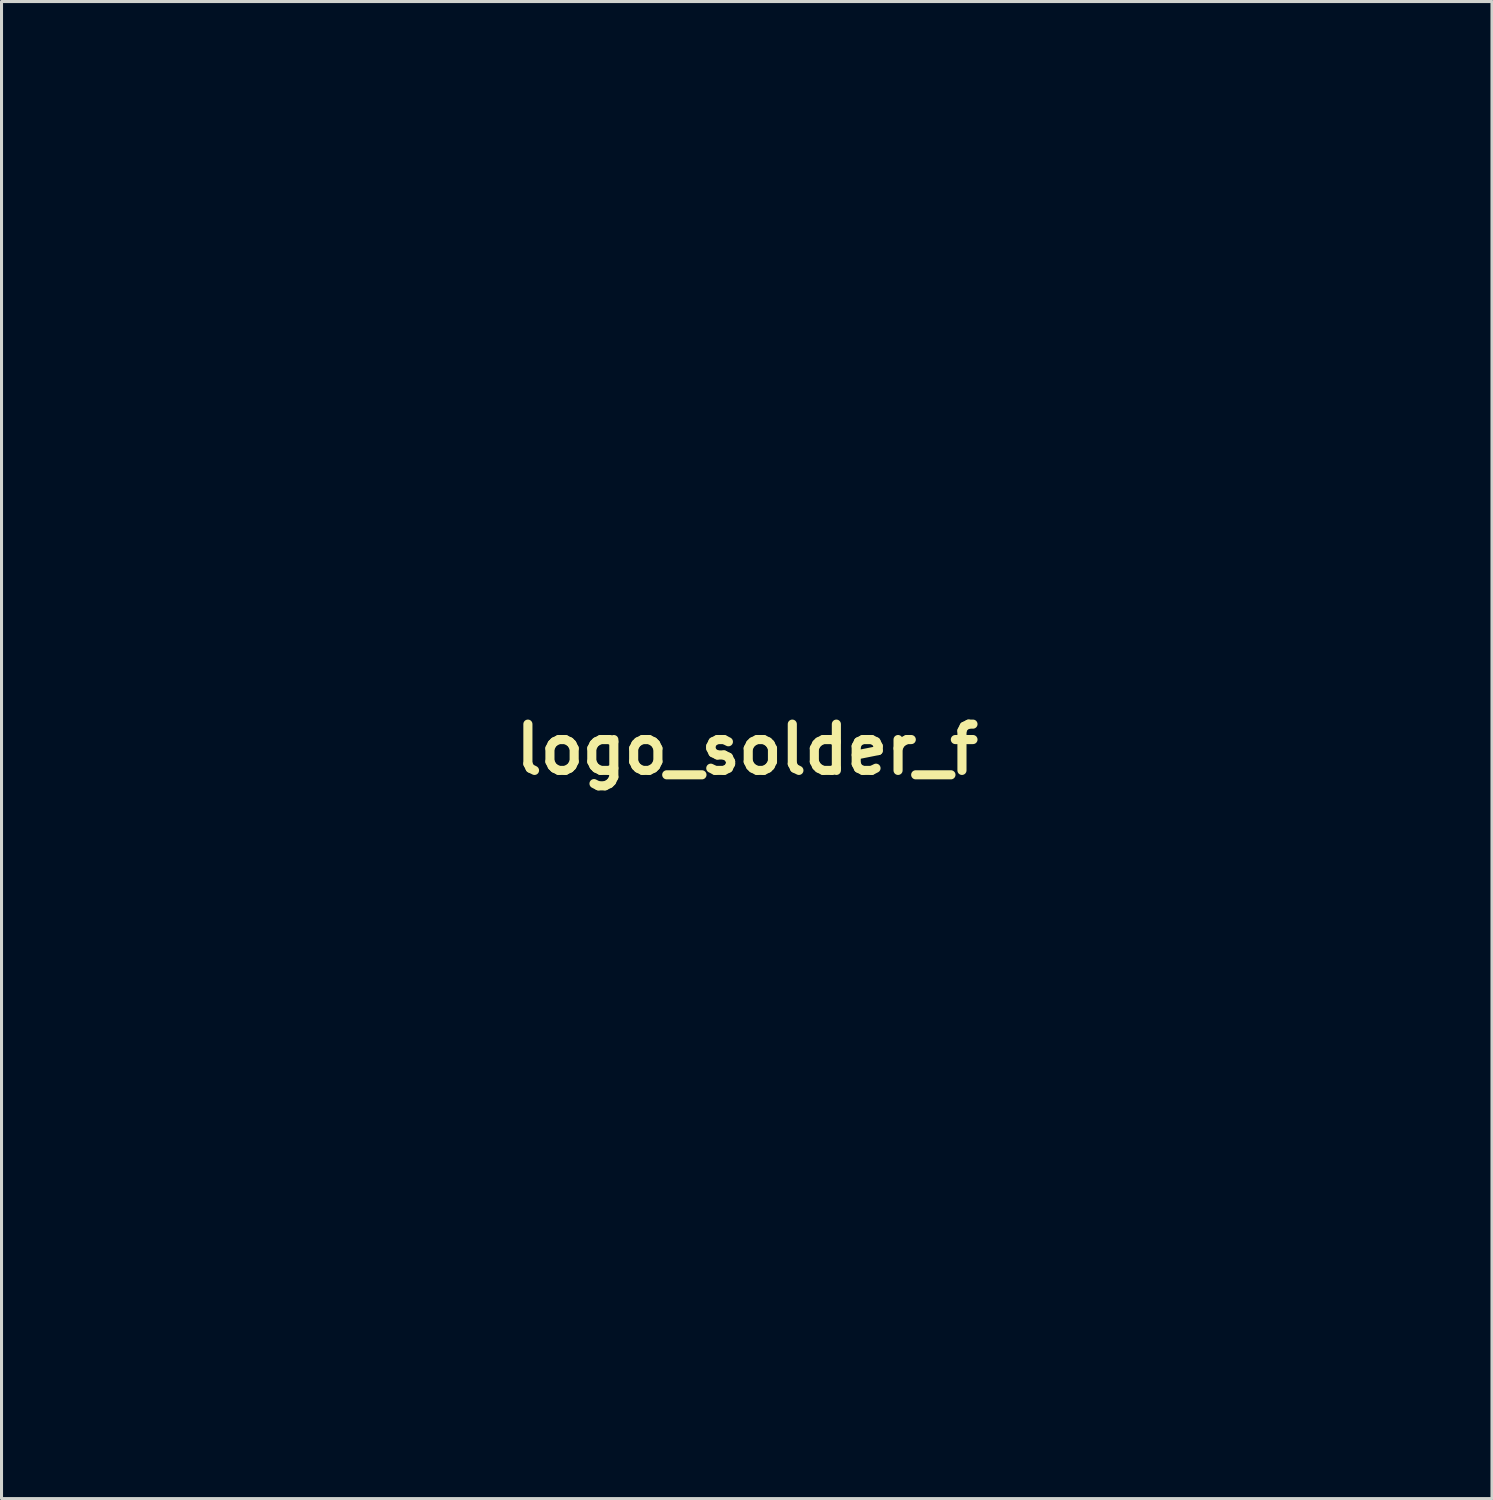
<source format=kicad_pcb>
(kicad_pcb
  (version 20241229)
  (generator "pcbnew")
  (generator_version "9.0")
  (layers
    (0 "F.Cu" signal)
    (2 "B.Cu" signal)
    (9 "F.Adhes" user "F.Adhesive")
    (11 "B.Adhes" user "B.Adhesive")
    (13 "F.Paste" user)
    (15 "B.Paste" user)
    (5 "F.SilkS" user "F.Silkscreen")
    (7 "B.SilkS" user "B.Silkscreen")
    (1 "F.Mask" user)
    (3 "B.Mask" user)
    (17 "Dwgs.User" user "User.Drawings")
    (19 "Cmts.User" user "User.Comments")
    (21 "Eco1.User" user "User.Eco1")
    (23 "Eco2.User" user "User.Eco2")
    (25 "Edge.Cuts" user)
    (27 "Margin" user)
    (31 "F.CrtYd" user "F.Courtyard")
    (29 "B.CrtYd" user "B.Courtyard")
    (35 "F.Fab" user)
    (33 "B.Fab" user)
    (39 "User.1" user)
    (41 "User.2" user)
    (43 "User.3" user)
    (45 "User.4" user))
  (footprint "logo_solder_f"
    (layer "F.Cu")
    (at 21.558 21.635)
    (property "Reference" "logo_solder_f" (at 0 0 180) (layer "F.SilkS") (effects (font (size 1.524 1.524) (thickness 0.3))))
    (attr through_hole)
    (fp_poly (pts (xy 0.077 -2.846) (xy 0.34 -2.809) (xy 0.529 -2.76) (xy 0.585 -2.727) (xy 0.693 -2.632) (xy 0.833 -2.546) (xy 0.963 -2.455) (xy 0.985 -2.396) (xy 1 -2.309) (xy 1.069 -2.221) (xy 1.157 -2.049) (xy 1.157 -1.935) (xy 1.15 -1.806) (xy 1.176 -1.778) (xy 1.226 -1.712) (xy 1.217 -1.551) (xy 1.164 -1.354) (xy 1.082 -1.18) (xy 0.999 -1.092) (xy 0.886 -1.006) (xy 0.877 -0.957) (xy 0.848 -0.881) (xy 0.722 -0.746) (xy 0.672 -0.702) (xy 0.446 -0.563) (xy 0.182 -0.469) (xy -0.067 -0.432) (xy -0.248 -0.463) (xy -0.294 -0.504) (xy -0.409 -0.573) (xy -0.455 -0.566) (xy -0.586 -0.594) (xy -0.777 -0.719) (xy -0.889 -0.822) (xy -0.41 -0.822) (xy -0.389 -0.775) (xy -0.304 -0.684) (xy -0.255 -0.703) (xy -0.254 -0.715) (xy -0.258 -0.72) (xy 0.339 -0.72) (xy 0.381 -0.677) (xy 0.423 -0.72) (xy 0.381 -0.762) (xy 0.339 -0.72) (xy -0.258 -0.72) (xy -0.314 -0.786) (xy -0.34 -0.804) (xy 0.085 -0.804) (xy 0.127 -0.762) (xy 0.169 -0.804) (xy 0.127 -0.847) (xy 0.085 -0.804) (xy -0.34 -0.804) (xy -0.352 -0.812) (xy -0.41 -0.822) (xy -0.889 -0.822) (xy -0.981 -0.907) (xy -1.093 -1.037) (xy -1.163 -1.182) (xy -1.099 -1.314) (xy -1.037 -1.406) (xy -1.104 -1.4) (xy -1.131 -1.39) (xy -1.227 -1.416) (xy -1.271 -1.559) (xy -1.264 -1.776) (xy -1.209 -2.023) (xy -1.107 -2.257) (xy -1.101 -2.266) (xy -1.049 -2.328) (xy -0.508 -2.328) (xy -0.466 -2.286) (xy -0.423 -2.328) (xy 0.677 -2.328) (xy 0.72 -2.286) (xy 0.762 -2.328) (xy 0.72 -2.371) (xy 0.677 -2.328) (xy -0.423 -2.328) (xy -0.466 -2.371) (xy -0.508 -2.328) (xy -1.049 -2.328) (xy -0.939 -2.46) (xy -0.847 -2.46) (xy -0.785 -2.374) (xy -0.762 -2.371) (xy -0.68 -2.4) (xy -0.677 -2.408) (xy -0.681 -2.413) (xy 0.423 -2.413) (xy 0.466 -2.371) (xy 0.508 -2.413) (xy 0.466 -2.455) (xy 0.423 -2.413) (xy -0.681 -2.413) (xy -0.737 -2.48) (xy -0.762 -2.498) (xy -0.84 -2.491) (xy -0.847 -2.46) (xy -0.939 -2.46) (xy -0.813 -2.611) (xy -0.528 -2.766) (xy 0.028 -2.766) (xy 0.04 -2.715) (xy 0.085 -2.709) (xy 0.154 -2.74) (xy 0.141 -2.766) (xy 0.041 -2.776) (xy 0.028 -2.766) (xy -0.528 -2.766) (xy -0.457 -2.804) (xy -0.018 -2.853) (xy 0.077 -2.846)) (stroke (width 0.01) (type solid)) (fill yes) (layer "F.Mask"))
    (fp_poly (pts (xy 6.488 -8.592) (xy 6.684 -8.547) (xy 6.8 -8.539) (xy 6.945 -8.531) (xy 7.141 -8.476) (xy 7.332 -8.397) (xy 7.459 -8.318) (xy 7.477 -8.272) (xy 7.48 -8.227) (xy 7.519 -8.245) (xy 7.671 -8.248) (xy 7.905 -8.147) (xy 8.192 -7.966) (xy 8.501 -7.726) (xy 8.801 -7.45) (xy 9.06 -7.159) (xy 9.104 -7.102) (xy 9.498 -6.436) (xy 9.738 -5.701) (xy 9.821 -4.91) (xy 9.821 -4.89) (xy 9.806 -4.505) (xy 9.765 -4.15) (xy 9.706 -3.861) (xy 9.635 -3.669) (xy 9.559 -3.607) (xy 9.544 -3.612) (xy 9.497 -3.612) (xy 9.515 -3.572) (xy 9.514 -3.446) (xy 9.447 -3.245) (xy 9.342 -3.03) (xy 9.228 -2.859) (xy 9.137 -2.794) (xy 9.087 -2.743) (xy 9.098 -2.715) (xy 9.074 -2.616) (xy 8.957 -2.503) (xy 8.844 -2.409) (xy 8.842 -2.371) (xy 8.838 -2.326) (xy 8.728 -2.217) (xy 8.712 -2.204) (xy 8.514 -2.034) (xy 8.367 -1.899) (xy 8.222 -1.813) (xy 8.132 -1.818) (xy 8.062 -1.811) (xy 8.062 -1.768) (xy 8.002 -1.681) (xy 7.817 -1.561) (xy 7.578 -1.447) (xy 7.268 -1.334) (xy 6.959 -1.265) (xy 6.587 -1.229) (xy 6.265 -1.217) (xy 5.892 -1.214) (xy 5.565 -1.22) (xy 5.333 -1.233) (xy 5.271 -1.241) (xy 5.122 -1.304) (xy 5.08 -1.366) (xy 5.028 -1.411) (xy 4.998 -1.399) (xy 4.86 -1.4) (xy 4.636 -1.49) (xy 4.625 -1.496) (xy 5.193 -1.496) (xy 5.205 -1.445) (xy 5.249 -1.439) (xy 5.319 -1.47) (xy 5.313 -1.482) (xy 7.112 -1.482) (xy 7.154 -1.439) (xy 7.197 -1.482) (xy 7.154 -1.524) (xy 7.112 -1.482) (xy 5.313 -1.482) (xy 5.306 -1.496) (xy 5.205 -1.506) (xy 5.193 -1.496) (xy 4.625 -1.496) (xy 4.361 -1.644) (xy 4.098 -1.82) (xy 4.149 -1.82) (xy 4.191 -1.778) (xy 4.233 -1.82) (xy 4.191 -1.863) (xy 4.149 -1.82) (xy 4.098 -1.82) (xy 4.07 -1.839) (xy 3.797 -2.049) (xy 3.769 -2.074) (xy 8.128 -2.074) (xy 8.17 -2.032) (xy 8.213 -2.074) (xy 8.17 -2.117) (xy 8.128 -2.074) (xy 3.769 -2.074) (xy 3.576 -2.251) (xy 3.447 -2.413) (xy 8.636 -2.413) (xy 8.678 -2.371) (xy 8.721 -2.413) (xy 8.678 -2.455) (xy 8.636 -2.413) (xy 3.447 -2.413) (xy 3.443 -2.418) (xy 3.423 -2.514) (xy 3.428 -2.595) (xy 3.397 -2.589) (xy 3.297 -2.606) (xy 3.179 -2.708) (xy 3.1 -2.831) (xy 3.104 -2.907) (xy 3.099 -2.96) (xy 3.073 -2.963) (xy 2.984 -3.038) (xy 2.874 -3.231) (xy 2.762 -3.495) (xy 2.666 -3.784) (xy 2.606 -4.051) (xy 2.6 -4.106) (xy 9.313 -4.106) (xy 9.356 -4.064) (xy 9.398 -4.106) (xy 9.356 -4.149) (xy 9.313 -4.106) (xy 2.6 -4.106) (xy 2.594 -4.165) (xy 2.569 -4.371) (xy 2.521 -4.481) (xy 2.507 -4.487) (xy 2.469 -4.563) (xy 2.463 -4.765) (xy 2.486 -5.051) (xy 2.531 -5.383) (xy 2.594 -5.72) (xy 2.671 -6.021) (xy 2.697 -6.101) (xy 2.893 -6.519) (xy 2.963 -6.519) (xy 2.994 -6.45) (xy 3.02 -6.463) (xy 3.03 -6.563) (xy 3.02 -6.576) (xy 2.969 -6.564) (xy 2.963 -6.519) (xy 2.893 -6.519) (xy 3.02 -6.789) (xy 3.428 -7.324) (xy 8.551 -7.324) (xy 8.594 -7.281) (xy 8.636 -7.324) (xy 8.594 -7.366) (xy 8.551 -7.324) (xy 3.428 -7.324) (xy 3.479 -7.389) (xy 4.054 -7.888) (xy 4.104 -7.916) (xy 4.826 -7.916) (xy 4.868 -7.874) (xy 4.911 -7.916) (xy 7.874 -7.916) (xy 7.916 -7.874) (xy 7.959 -7.916) (xy 7.916 -7.959) (xy 7.874 -7.916) (xy 4.911 -7.916) (xy 4.868 -7.959) (xy 4.826 -7.916) (xy 4.104 -7.916) (xy 4.254 -8.001) (xy 4.403 -8.001) (xy 4.445 -7.959) (xy 4.487 -8.001) (xy 7.451 -8.001) (xy 7.493 -7.959) (xy 7.535 -8.001) (xy 7.493 -8.043) (xy 7.451 -8.001) (xy 4.487 -8.001) (xy 4.445 -8.043) (xy 4.403 -8.001) (xy 4.254 -8.001) (xy 4.404 -8.086) (xy 4.995 -8.086) (xy 5.038 -8.043) (xy 5.08 -8.086) (xy 7.62 -8.086) (xy 7.662 -8.043) (xy 7.705 -8.086) (xy 7.662 -8.128) (xy 7.62 -8.086) (xy 5.08 -8.086) (xy 5.038 -8.128) (xy 4.995 -8.086) (xy 4.404 -8.086) (xy 4.703 -8.255) (xy 5.08 -8.255) (xy 5.122 -8.213) (xy 5.165 -8.255) (xy 5.122 -8.297) (xy 5.08 -8.255) (xy 4.703 -8.255) (xy 4.728 -8.269) (xy 5.484 -8.519) (xy 5.671 -8.557) (xy 6.033 -8.604) (xy 6.339 -8.612) (xy 6.488 -8.592)) (stroke (width 0.01) (type solid)) (fill yes) (layer "F.Mask"))
    (fp_poly (pts (xy -5.993 -8.595) (xy -5.91 -8.586) (xy -5.558 -8.523) (xy -5.224 -8.442) (xy -4.946 -8.356) (xy -4.759 -8.275) (xy -4.7 -8.211) (xy -4.702 -8.207) (xy -4.685 -8.163) (xy -4.63 -8.176) (xy -4.48 -8.16) (xy -4.377 -8.091) (xy -4.242 -7.984) (xy -4.173 -7.959) (xy -4.054 -7.901) (xy -3.876 -7.754) (xy -3.678 -7.558) (xy -3.496 -7.352) (xy -3.368 -7.177) (xy -3.332 -7.071) (xy -3.325 -6.986) (xy -3.272 -6.992) (xy -3.186 -6.944) (xy -3.067 -6.783) (xy -2.94 -6.556) (xy -2.827 -6.31) (xy -2.753 -6.093) (xy -2.74 -5.95) (xy -2.746 -5.936) (xy -2.757 -5.851) (xy -2.732 -5.842) (xy -2.67 -5.793) (xy -2.628 -5.636) (xy -2.602 -5.352) (xy -2.592 -4.925) (xy -2.592 -4.699) (xy -2.601 -4.3) (xy -2.633 -4.004) (xy -2.701 -3.743) (xy -2.819 -3.453) (xy -2.859 -3.364) (xy -3.018 -3.075) (xy -3.234 -2.755) (xy -3.48 -2.435) (xy -3.73 -2.148) (xy -3.956 -1.924) (xy -4.134 -1.796) (xy -4.197 -1.778) (xy -4.317 -1.72) (xy -4.333 -1.69) (xy -4.422 -1.62) (xy -4.628 -1.517) (xy -4.91 -1.404) (xy -4.937 -1.394) (xy -5.508 -1.249) (xy -6.151 -1.189) (xy -6.789 -1.217) (xy -7.134 -1.277) (xy -7.401 -1.362) (xy -7.718 -1.491) (xy -7.862 -1.56) (xy -8.13 -1.723) (xy -8.425 -1.943) (xy -8.479 -1.99) (xy -7.874 -1.99) (xy -7.832 -1.947) (xy -7.789 -1.99) (xy -7.832 -2.032) (xy -7.874 -1.99) (xy -8.479 -1.99) (xy -8.578 -2.074) (xy -8.213 -2.074) (xy -8.17 -2.032) (xy -8.128 -2.074) (xy -8.17 -2.117) (xy -8.213 -2.074) (xy -8.578 -2.074) (xy -8.712 -2.19) (xy -8.957 -2.432) (xy -9.124 -2.636) (xy -9.177 -2.75) (xy -9.243 -2.906) (xy -9.259 -2.921) (xy -8.975 -2.921) (xy -8.932 -2.879) (xy -8.89 -2.921) (xy -3.471 -2.921) (xy -3.429 -2.879) (xy -3.387 -2.921) (xy -3.429 -2.963) (xy -3.471 -2.921) (xy -8.89 -2.921) (xy -8.932 -2.963) (xy -8.975 -2.921) (xy -9.259 -2.921) (xy -9.287 -2.949) (xy -9.402 -3.087) (xy -9.536 -3.343) (xy -9.639 -3.598) (xy -9.398 -3.598) (xy -9.356 -3.556) (xy -9.313 -3.598) (xy -9.356 -3.641) (xy -9.398 -3.598) (xy -9.639 -3.598) (xy -9.669 -3.671) (xy -9.78 -4.025) (xy -9.827 -4.217) (xy -9.884 -4.845) (xy -9.821 -5.514) (xy -9.813 -5.546) (xy -2.794 -5.546) (xy -2.752 -5.503) (xy -2.709 -5.546) (xy -2.752 -5.588) (xy -2.794 -5.546) (xy -9.813 -5.546) (xy -9.768 -5.715) (xy -9.483 -5.715) (xy -9.44 -5.673) (xy -9.398 -5.715) (xy -9.44 -5.757) (xy -9.483 -5.715) (xy -9.768 -5.715) (xy -9.649 -6.167) (xy -9.583 -6.308) (xy -9.313 -6.308) (xy -9.271 -6.265) (xy -9.229 -6.308) (xy -9.271 -6.35) (xy -9.313 -6.308) (xy -9.583 -6.308) (xy -9.484 -6.519) (xy -3.471 -6.519) (xy -3.44 -6.45) (xy -3.415 -6.463) (xy -3.405 -6.563) (xy -3.415 -6.576) (xy -3.465 -6.564) (xy -3.471 -6.519) (xy -9.484 -6.519) (xy -9.385 -6.731) (xy -3.641 -6.731) (xy -3.598 -6.689) (xy -3.556 -6.731) (xy -3.598 -6.773) (xy -3.641 -6.731) (xy -9.385 -6.731) (xy -9.379 -6.744) (xy -9.305 -6.859) (xy -9.146 -7.07) (xy -8.975 -7.07) (xy -8.932 -7.027) (xy -8.89 -7.07) (xy -3.81 -7.07) (xy -3.768 -7.027) (xy -3.725 -7.07) (xy -3.768 -7.112) (xy -3.81 -7.07) (xy -8.89 -7.07) (xy -8.932 -7.112) (xy -8.975 -7.07) (xy -9.146 -7.07) (xy -9.106 -7.123) (xy -9.079 -7.154) (xy -3.556 -7.154) (xy -3.514 -7.112) (xy -3.471 -7.154) (xy -3.514 -7.197) (xy -3.556 -7.154) (xy -9.079 -7.154) (xy -8.876 -7.391) (xy -8.813 -7.456) (xy -3.895 -7.456) (xy -3.833 -7.369) (xy -3.81 -7.366) (xy -3.728 -7.395) (xy -3.725 -7.403) (xy -3.785 -7.476) (xy -3.81 -7.493) (xy -3.888 -7.486) (xy -3.895 -7.456) (xy -8.813 -7.456) (xy -8.696 -7.578) (xy -8.467 -7.578) (xy -8.424 -7.535) (xy -8.382 -7.578) (xy -8.424 -7.62) (xy -8.467 -7.578) (xy -8.696 -7.578) (xy -8.648 -7.627) (xy -8.513 -7.747) (xy -8.467 -7.747) (xy -8.424 -7.705) (xy -8.382 -7.747) (xy -8.043 -7.747) (xy -8.001 -7.705) (xy -7.959 -7.747) (xy -8.001 -7.789) (xy -8.043 -7.747) (xy -8.382 -7.747) (xy -8.424 -7.789) (xy -8.467 -7.747) (xy -8.513 -7.747) (xy -8.454 -7.799) (xy -8.327 -7.873) (xy -8.319 -7.874) (xy -8.22 -7.916) (xy -8.213 -7.94) (xy -8.148 -8.028) (xy -7.996 -8.133) (xy -7.825 -8.22) (xy -7.699 -8.251) (xy -7.678 -8.243) (xy -7.588 -8.253) (xy -7.586 -8.255) (xy -4.911 -8.255) (xy -4.868 -8.213) (xy -4.826 -8.255) (xy -4.868 -8.297) (xy -4.911 -8.255) (xy -7.586 -8.255) (xy -7.5 -8.32) (xy -7.328 -8.414) (xy -7.038 -8.498) (xy -6.685 -8.562) (xy -6.319 -8.597) (xy -5.993 -8.595)) (stroke (width 0.01) (type solid)) (fill yes) (layer "F.Mask"))
    (fp_poly (pts (xy 1.873 -21.528) (xy 3.639 -21.281) (xy 5.457 -20.891) (xy 5.54 -20.87) (xy 5.96 -20.764) (xy 6.319 -20.675) (xy 6.585 -20.61) (xy 6.729 -20.577) (xy 6.745 -20.574) (xy 6.745 -20.518) (xy 6.723 -20.476) (xy 6.713 -20.419) (xy 6.766 -20.442) (xy 6.876 -20.438) (xy 7.102 -20.388) (xy 7.401 -20.305) (xy 7.73 -20.203) (xy 8.047 -20.094) (xy 8.307 -19.994) (xy 8.469 -19.914) (xy 8.488 -19.9) (xy 8.507 -19.795) (xy 8.469 -19.609) (xy 8.396 -19.396) (xy 8.308 -19.211) (xy 8.226 -19.108) (xy 8.192 -19.105) (xy 8.142 -19.106) (xy 8.157 -19.071) (xy 8.159 -18.951) (xy 8.108 -18.74) (xy 8.023 -18.489) (xy 7.925 -18.253) (xy 7.832 -18.085) (xy 7.774 -18.034) (xy 7.714 -17.969) (xy 7.715 -17.928) (xy 7.707 -17.773) (xy 7.662 -17.579) (xy 7.601 -17.417) (xy 7.547 -17.357) (xy 7.42 -17.384) (xy 7.18 -17.455) (xy 6.86 -17.559) (xy 6.492 -17.684) (xy 6.109 -17.818) (xy 6.098 -17.822) (xy 7.535 -17.822) (xy 7.578 -17.78) (xy 7.62 -17.822) (xy 7.578 -17.865) (xy 7.535 -17.822) (xy 6.098 -17.822) (xy 5.742 -17.951) (xy 5.425 -18.071) (xy 5.413 -18.076) (xy 5.673 -18.076) (xy 5.715 -18.034) (xy 5.757 -18.076) (xy 5.715 -18.119) (xy 5.673 -18.076) (xy 5.413 -18.076) (xy 5.189 -18.167) (xy 5.067 -18.226) (xy 5.058 -18.238) (xy 5.048 -18.264) (xy 4.982 -18.245) (xy 4.833 -18.238) (xy 4.581 -18.273) (xy 4.314 -18.331) (xy 4.025 -18.396) (xy 3.629 -18.472) (xy 3.167 -18.552) (xy 2.68 -18.63) (xy 2.208 -18.7) (xy 1.793 -18.754) (xy 1.476 -18.788) (xy 1.333 -18.796) (xy 1.101 -18.796) (xy 1.101 -15.925) (xy 1.376 -15.885) (xy 1.587 -15.855) (xy 1.907 -15.81) (xy 2.278 -15.76) (xy 2.392 -15.745) (xy 2.721 -15.692) (xy 2.976 -15.636) (xy 3.116 -15.584) (xy 3.133 -15.565) (xy 3.186 -15.524) (xy 3.222 -15.539) (xy 3.337 -15.547) (xy 3.555 -15.518) (xy 3.827 -15.465) (xy 4.103 -15.399) (xy 4.334 -15.331) (xy 4.47 -15.273) (xy 4.488 -15.252) (xy 4.561 -15.207) (xy 4.721 -15.182) (xy 4.915 -15.139) (xy 5.227 -15.037) (xy 5.622 -14.889) (xy 6.066 -14.711) (xy 6.524 -14.515) (xy 6.96 -14.317) (xy 7.34 -14.129) (xy 7.408 -14.094) (xy 7.892 -13.825) (xy 8.369 -13.54) (xy 8.818 -13.254) (xy 9.219 -12.982) (xy 9.55 -12.738) (xy 9.791 -12.536) (xy 9.919 -12.393) (xy 9.931 -12.334) (xy 9.936 -12.292) (xy 9.977 -12.311) (xy 10.086 -12.287) (xy 10.281 -12.158) (xy 10.533 -11.946) (xy 10.56 -11.922) (xy 10.943 -11.564) (xy 11.214 -11.307) (xy 11.386 -11.137) (xy 11.471 -11.042) (xy 11.483 -11.007) (xy 11.479 -11.007) (xy 11.507 -10.956) (xy 11.633 -10.826) (xy 11.764 -10.705) (xy 11.969 -10.497) (xy 12.227 -10.202) (xy 12.493 -9.874) (xy 12.586 -9.752) (xy 12.803 -9.463) (xy 12.984 -9.223) (xy 13.104 -9.066) (xy 13.135 -9.027) (xy 13.231 -9.031) (xy 13.436 -9.106) (xy 13.712 -9.238) (xy 13.826 -9.299) (xy 14.121 -9.449) (xy 14.361 -9.552) (xy 14.508 -9.59) (xy 14.531 -9.585) (xy 14.562 -9.575) (xy 14.542 -9.603) (xy 14.575 -9.681) (xy 14.725 -9.806) (xy 14.923 -9.929) (xy 15.105 -10.033) (xy 15.494 -10.033) (xy 15.536 -9.991) (xy 15.579 -10.033) (xy 15.536 -10.075) (xy 15.494 -10.033) (xy 15.105 -10.033) (xy 15.2 -10.087) (xy 15.444 -10.23) (xy 15.539 -10.287) (xy 15.917 -10.287) (xy 15.96 -10.245) (xy 16.002 -10.287) (xy 15.96 -10.329) (xy 15.917 -10.287) (xy 15.539 -10.287) (xy 15.56 -10.3) (xy 15.754 -10.422) (xy 15.576 -10.672) (xy 15.476 -10.833) (xy 15.454 -10.918) (xy 15.462 -10.922) (xy 15.462 -10.965) (xy 15.398 -11.028) (xy 15.295 -11.134) (xy 18.034 -11.134) (xy 18.076 -11.091) (xy 18.119 -11.134) (xy 18.076 -11.176) (xy 18.034 -11.134) (xy 15.295 -11.134) (xy 15.294 -11.135) (xy 15.112 -11.342) (xy 14.88 -11.616) (xy 14.684 -11.853) (xy 14.649 -11.896) (xy 17.441 -11.896) (xy 17.484 -11.853) (xy 17.526 -11.896) (xy 17.484 -11.938) (xy 17.441 -11.896) (xy 14.649 -11.896) (xy 14.429 -12.165) (xy 14.301 -12.319) (xy 14.478 -12.319) (xy 14.52 -12.277) (xy 14.563 -12.319) (xy 14.52 -12.361) (xy 14.478 -12.319) (xy 14.301 -12.319) (xy 14.2 -12.441) (xy 14.09 -12.573) (xy 14.309 -12.573) (xy 14.351 -12.531) (xy 14.393 -12.573) (xy 14.351 -12.615) (xy 14.309 -12.573) (xy 14.09 -12.573) (xy 14.027 -12.647) (xy 14.018 -12.658) (xy 17.357 -12.658) (xy 17.399 -12.615) (xy 17.441 -12.658) (xy 17.399 -12.7) (xy 17.357 -12.658) (xy 14.018 -12.658) (xy 13.952 -12.734) (xy 13.895 -12.827) (xy 14.055 -12.827) (xy 14.097 -12.785) (xy 14.139 -12.827) (xy 14.121 -12.845) (xy 17.116 -12.845) (xy 17.137 -12.798) (xy 17.222 -12.707) (xy 17.271 -12.726) (xy 17.272 -12.737) (xy 17.212 -12.809) (xy 17.174 -12.835) (xy 17.116 -12.845) (xy 14.121 -12.845) (xy 14.097 -12.869) (xy 14.055 -12.827) (xy 13.895 -12.827) (xy 13.861 -12.884) (xy 13.859 -12.98) (xy 13.859 -13.027) (xy 13.828 -13.013) (xy 13.732 -13.042) (xy 13.568 -13.164) (xy 13.37 -13.345) (xy 13.217 -13.504) (xy 13.377 -13.504) (xy 13.42 -13.462) (xy 13.462 -13.504) (xy 13.631 -13.504) (xy 13.674 -13.462) (xy 13.716 -13.504) (xy 13.674 -13.547) (xy 13.631 -13.504) (xy 13.462 -13.504) (xy 13.42 -13.547) (xy 13.377 -13.504) (xy 13.217 -13.504) (xy 13.175 -13.548) (xy 13.07 -13.674) (xy 13.885 -13.674) (xy 13.928 -13.631) (xy 13.97 -13.674) (xy 13.928 -13.716) (xy 13.885 -13.674) (xy 13.07 -13.674) (xy 13.017 -13.737) (xy 12.931 -13.878) (xy 12.931 -13.925) (xy 12.934 -13.956) (xy 12.884 -13.932) (xy 12.761 -13.94) (xy 12.602 -14.032) (xy 12.465 -14.164) (xy 12.447 -14.2) (xy 12.629 -14.2) (xy 12.65 -14.152) (xy 12.735 -14.062) (xy 12.784 -14.08) (xy 12.785 -14.092) (xy 12.725 -14.164) (xy 12.687 -14.19) (xy 12.629 -14.2) (xy 12.883 -14.2) (xy 12.904 -14.152) (xy 12.989 -14.062) (xy 13.038 -14.08) (xy 13.039 -14.092) (xy 12.979 -14.164) (xy 12.941 -14.19) (xy 12.883 -14.2) (xy 12.629 -14.2) (xy 12.447 -14.2) (xy 12.414 -14.266) (xy 13.039 -14.266) (xy 13.081 -14.224) (xy 13.123 -14.266) (xy 13.081 -14.309) (xy 13.039 -14.266) (xy 12.414 -14.266) (xy 12.404 -14.288) (xy 12.413 -14.323) (xy 12.404 -14.378) (xy 12.381 -14.374) (xy 12.291 -14.413) (xy 12.122 -14.52) (xy 15.579 -14.52) (xy 15.621 -14.478) (xy 15.663 -14.52) (xy 15.621 -14.563) (xy 15.579 -14.52) (xy 12.122 -14.52) (xy 12.11 -14.528) (xy 11.879 -14.689) (xy 11.776 -14.765) (xy 12.052 -14.765) (xy 12.065 -14.732) (xy 12.141 -14.651) (xy 12.155 -14.647) (xy 12.191 -14.713) (xy 12.192 -14.732) (xy 12.127 -14.813) (xy 12.102 -14.817) (xy 12.052 -14.765) (xy 11.776 -14.765) (xy 11.639 -14.866) (xy 11.54 -14.944) (xy 11.769 -14.944) (xy 11.811 -14.901) (xy 11.853 -14.944) (xy 11.811 -14.986) (xy 11.769 -14.944) (xy 11.54 -14.944) (xy 11.429 -15.03) (xy 11.292 -15.151) (xy 11.261 -15.193) (xy 11.305 -15.282) (xy 11.515 -15.282) (xy 11.557 -15.24) (xy 11.599 -15.282) (xy 11.557 -15.325) (xy 11.515 -15.282) (xy 11.305 -15.282) (xy 11.311 -15.294) (xy 11.439 -15.466) (xy 11.611 -15.672) (xy 11.641 -15.706) (xy 11.769 -15.706) (xy 11.811 -15.663) (xy 11.853 -15.706) (xy 11.811 -15.748) (xy 11.769 -15.706) (xy 11.641 -15.706) (xy 11.793 -15.873) (xy 11.843 -15.923) (xy 12.297 -15.923) (xy 12.309 -15.917) (xy 12.386 -15.977) (xy 12.404 -16.002) (xy 12.415 -16.044) (xy 14.309 -16.044) (xy 14.351 -16.002) (xy 14.393 -16.044) (xy 14.351 -16.087) (xy 14.309 -16.044) (xy 12.415 -16.044) (xy 12.425 -16.081) (xy 12.414 -16.087) (xy 12.336 -16.027) (xy 12.319 -16.002) (xy 12.297 -15.923) (xy 11.843 -15.923) (xy 11.951 -16.031) (xy 12.051 -16.106) (xy 12.066 -16.106) (xy 12.096 -16.104) (xy 12.078 -16.143) (xy 12.105 -16.241) (xy 12.212 -16.429) (xy 12.214 -16.431) (xy 12.382 -16.431) (xy 12.394 -16.425) (xy 12.471 -16.485) (xy 12.488 -16.51) (xy 12.51 -16.589) (xy 12.498 -16.595) (xy 12.421 -16.535) (xy 12.404 -16.51) (xy 12.382 -16.431) (xy 12.214 -16.431) (xy 12.372 -16.667) (xy 12.474 -16.806) (xy 12.615 -16.806) (xy 12.658 -16.764) (xy 12.7 -16.806) (xy 12.658 -16.849) (xy 12.615 -16.806) (xy 12.474 -16.806) (xy 12.536 -16.891) (xy 12.785 -16.891) (xy 12.827 -16.849) (xy 12.869 -16.891) (xy 12.827 -16.933) (xy 12.785 -16.891) (xy 12.536 -16.891) (xy 12.554 -16.917) (xy 12.704 -17.103) (xy 12.954 -17.103) (xy 12.985 -17.033) (xy 13.01 -17.046) (xy 13.021 -17.147) (xy 13.01 -17.159) (xy 12.96 -17.147) (xy 12.954 -17.103) (xy 12.704 -17.103) (xy 12.732 -17.138) (xy 12.875 -17.291) (xy 12.938 -17.336) (xy 13.029 -17.294) (xy 13.214 -17.161) (xy 13.465 -16.96) (xy 13.753 -16.718) (xy 14.049 -16.459) (xy 14.326 -16.208) (xy 14.554 -15.989) (xy 14.705 -15.828) (xy 14.751 -15.752) (xy 14.774 -15.687) (xy 14.804 -15.698) (xy 14.89 -15.659) (xy 15.066 -15.514) (xy 15.309 -15.285) (xy 15.599 -14.994) (xy 15.914 -14.664) (xy 16.232 -14.315) (xy 16.532 -13.971) (xy 16.742 -13.716) (xy 16.98 -13.419) (xy 17.205 -13.137) (xy 17.376 -12.925) (xy 17.396 -12.9) (xy 17.533 -12.709) (xy 17.606 -12.564) (xy 17.611 -12.54) (xy 17.656 -12.45) (xy 17.675 -12.446) (xy 17.764 -12.382) (xy 17.849 -12.27) (xy 17.916 -12.108) (xy 17.862 -11.97) (xy 17.848 -11.953) (xy 17.78 -11.857) (xy 17.829 -11.883) (xy 17.877 -11.92) (xy 17.976 -11.969) (xy 18.068 -11.918) (xy 18.192 -11.745) (xy 18.215 -11.708) (xy 18.331 -11.501) (xy 18.391 -11.354) (xy 18.393 -11.324) (xy 18.436 -11.263) (xy 18.457 -11.261) (xy 18.526 -11.19) (xy 18.542 -11.091) (xy 18.577 -10.954) (xy 18.625 -10.922) (xy 18.711 -10.853) (xy 18.828 -10.682) (xy 18.87 -10.604) (xy 19.153 -10.052) (xy 19.365 -9.632) (xy 19.515 -9.325) (xy 19.613 -9.114) (xy 19.665 -8.979) (xy 19.682 -8.904) (xy 19.676 -8.875) (xy 19.691 -8.808) (xy 19.711 -8.805) (xy 19.781 -8.729) (xy 19.888 -8.517) (xy 20.022 -8.198) (xy 20.175 -7.8) (xy 20.337 -7.35) (xy 20.499 -6.877) (xy 20.65 -6.409) (xy 20.782 -5.972) (xy 20.885 -5.595) (xy 20.95 -5.306) (xy 20.967 -5.133) (xy 20.962 -5.11) (xy 20.961 -5.029) (xy 20.998 -5.038) (xy 21.048 -5.041) (xy 21.081 -4.955) (xy 21.104 -4.75) (xy 21.117 -4.508) (xy 21.148 -4.359) (xy 21.174 -4.318) (xy 21.212 -4.22) (xy 21.268 -3.999) (xy 21.334 -3.702) (xy 21.399 -3.374) (xy 21.455 -3.058) (xy 21.494 -2.802) (xy 21.505 -2.664) (xy 21.493 -2.596) (xy 21.439 -2.542) (xy 21.32 -2.494) (xy 21.111 -2.447) (xy 20.788 -2.393) (xy 20.326 -2.325) (xy 20.214 -2.309) (xy 19.688 -2.239) (xy 19.308 -2.197) (xy 19.052 -2.183) (xy 18.899 -2.195) (xy 18.831 -2.228) (xy 18.771 -2.363) (xy 18.707 -2.61) (xy 18.648 -2.919) (xy 18.602 -3.238) (xy 18.576 -3.516) (xy 18.58 -3.701) (xy 18.592 -3.738) (xy 18.603 -3.797) (xy 18.564 -3.781) (xy 18.497 -3.815) (xy 18.438 -3.957) (xy 18.4 -4.149) (xy 18.398 -4.329) (xy 18.424 -4.417) (xy 18.432 -4.474) (xy 18.395 -4.459) (xy 18.321 -4.492) (xy 18.259 -4.66) (xy 18.254 -4.686) (xy 18.174 -5.023) (xy 18.047 -5.455) (xy 17.886 -5.949) (xy 17.73 -6.392) (xy 20.066 -6.392) (xy 20.108 -6.35) (xy 20.151 -6.392) (xy 20.108 -6.435) (xy 20.066 -6.392) (xy 17.73 -6.392) (xy 17.702 -6.472) (xy 17.508 -6.991) (xy 17.444 -7.154) (xy 17.78 -7.154) (xy 17.822 -7.112) (xy 17.865 -7.154) (xy 17.822 -7.197) (xy 17.78 -7.154) (xy 17.444 -7.154) (xy 17.316 -7.475) (xy 17.23 -7.676) (xy 17.554 -7.676) (xy 17.566 -7.626) (xy 17.611 -7.62) (xy 17.68 -7.651) (xy 17.667 -7.676) (xy 17.567 -7.687) (xy 17.554 -7.676) (xy 17.23 -7.676) (xy 17.199 -7.747) (xy 19.727 -7.747) (xy 19.77 -7.705) (xy 19.812 -7.747) (xy 19.77 -7.789) (xy 19.727 -7.747) (xy 17.199 -7.747) (xy 17.138 -7.89) (xy 17.084 -8.001) (xy 17.187 -8.001) (xy 17.23 -7.959) (xy 17.272 -8.001) (xy 17.23 -8.043) (xy 17.187 -8.001) (xy 17.084 -8.001) (xy 16.986 -8.204) (xy 16.98 -8.213) (xy 19.727 -8.213) (xy 19.758 -8.143) (xy 19.784 -8.156) (xy 19.794 -8.257) (xy 19.784 -8.269) (xy 19.733 -8.257) (xy 19.727 -8.213) (xy 16.98 -8.213) (xy 16.925 -8.303) (xy 19.494 -8.303) (xy 19.506 -8.297) (xy 19.583 -8.357) (xy 19.6 -8.382) (xy 19.622 -8.461) (xy 19.61 -8.467) (xy 19.533 -8.407) (xy 19.516 -8.382) (xy 19.494 -8.303) (xy 16.925 -8.303) (xy 16.884 -8.369) (xy 16.81 -8.336) (xy 16.618 -8.236) (xy 16.339 -8.085) (xy 16.001 -7.898) (xy 15.635 -7.694) (xy 15.269 -7.487) (xy 14.933 -7.295) (xy 14.656 -7.134) (xy 14.469 -7.021) (xy 14.404 -6.977) (xy 14.418 -6.892) (xy 14.487 -6.693) (xy 14.595 -6.423) (xy 14.604 -6.403) (xy 14.714 -6.109) (xy 14.773 -5.877) (xy 14.771 -5.752) (xy 14.754 -5.686) (xy 14.796 -5.703) (xy 14.865 -5.66) (xy 14.955 -5.499) (xy 15.049 -5.266) (xy 15.133 -5.008) (xy 15.189 -4.771) (xy 15.203 -4.601) (xy 15.191 -4.561) (xy 15.178 -4.5) (xy 15.212 -4.512) (xy 15.279 -4.468) (xy 15.36 -4.279) (xy 15.451 -3.967) (xy 15.547 -3.557) (xy 15.643 -3.07) (xy 15.735 -2.531) (xy 15.817 -1.961) (xy 15.885 -1.385) (xy 15.92 -1.025) (xy 15.964 0.49) (xy 15.846 2.027) (xy 15.567 3.572) (xy 15.129 5.113) (xy 14.679 6.3) (xy 14.545 6.626) (xy 14.474 6.834) (xy 14.458 6.958) (xy 14.493 7.035) (xy 14.544 7.08) (xy 14.691 7.171) (xy 14.758 7.194) (xy 14.786 7.251) (xy 14.766 7.294) (xy 14.756 7.352) (xy 14.802 7.333) (xy 14.901 7.353) (xy 15.111 7.443) (xy 15.397 7.582) (xy 15.724 7.754) (xy 16.057 7.938) (xy 16.363 8.116) (xy 16.606 8.269) (xy 16.753 8.38) (xy 16.775 8.404) (xy 16.854 8.427) (xy 16.886 8.39) (xy 16.987 8.331) (xy 17.023 8.343) (xy 17.065 8.324) (xy 17.05 8.259) (xy 17.053 8.17) (xy 17.272 8.17) (xy 17.314 8.213) (xy 17.357 8.17) (xy 17.314 8.128) (xy 17.272 8.17) (xy 17.053 8.17) (xy 17.054 8.148) (xy 17.099 8.128) (xy 17.158 8.077) (xy 17.145 8.043) (xy 17.152 7.926) (xy 17.226 7.717) (xy 17.303 7.556) (xy 17.435 7.289) (xy 17.512 7.112) (xy 17.865 7.112) (xy 17.896 7.182) (xy 17.921 7.168) (xy 17.931 7.068) (xy 17.921 7.056) (xy 17.871 7.067) (xy 17.865 7.112) (xy 17.512 7.112) (xy 17.537 7.054) (xy 17.568 6.964) (xy 17.638 6.816) (xy 17.698 6.773) (xy 17.738 6.71) (xy 17.721 6.632) (xy 17.706 6.537) (xy 17.779 6.561) (xy 17.851 6.584) (xy 17.831 6.534) (xy 17.822 6.402) (xy 17.865 6.179) (xy 17.901 6.057) (xy 18.027 5.657) (xy 18.162 5.175) (xy 18.175 5.122) (xy 18.457 5.122) (xy 18.5 5.165) (xy 18.542 5.122) (xy 18.5 5.08) (xy 18.457 5.122) (xy 18.175 5.122) (xy 18.298 4.647) (xy 18.427 4.108) (xy 18.541 3.592) (xy 18.631 3.136) (xy 18.691 2.774) (xy 18.711 2.548) (xy 18.726 2.37) (xy 18.788 2.257) (xy 18.925 2.202) (xy 19.164 2.195) (xy 19.533 2.229) (xy 19.708 2.25) (xy 20.135 2.303) (xy 20.564 2.355) (xy 20.924 2.399) (xy 21.029 2.411) (xy 21.527 2.47) (xy 21.47 3.031) (xy 21.429 3.332) (xy 21.378 3.57) (xy 21.333 3.687) (xy 21.288 3.8) (xy 21.301 3.832) (xy 21.304 3.934) (xy 21.265 4.169) (xy 21.193 4.509) (xy 21.094 4.924) (xy 20.975 5.386) (xy 20.845 5.865) (xy 20.71 6.333) (xy 20.577 6.761) (xy 20.52 6.933) (xy 20.335 7.453) (xy 20.155 7.913) (xy 19.992 8.292) (xy 19.853 8.569) (xy 19.748 8.724) (xy 19.694 8.743) (xy 19.667 8.753) (xy 19.686 8.82) (xy 19.673 8.947) (xy 19.597 9.174) (xy 19.478 9.457) (xy 19.337 9.755) (xy 19.192 10.028) (xy 19.065 10.232) (xy 18.975 10.327) (xy 18.964 10.329) (xy 18.893 10.399) (xy 18.88 10.477) (xy 18.839 10.657) (xy 18.738 10.858) (xy 18.612 11.031) (xy 18.494 11.126) (xy 18.443 11.125) (xy 18.386 11.116) (xy 18.406 11.161) (xy 18.426 11.254) (xy 18.385 11.394) (xy 18.271 11.603) (xy 18.071 11.903) (xy 17.835 12.234) (xy 17.407 12.815) (xy 17.065 13.262) (xy 16.802 13.583) (xy 16.609 13.787) (xy 16.481 13.882) (xy 16.409 13.877) (xy 16.407 13.873) (xy 16.354 13.818) (xy 16.374 13.911) (xy 16.375 13.915) (xy 16.364 14.023) (xy 16.265 14.192) (xy 16.068 14.438) (xy 15.759 14.779) (xy 15.712 14.83) (xy 15.434 15.122) (xy 15.198 15.365) (xy 15.028 15.534) (xy 14.947 15.604) (xy 14.946 15.605) (xy 14.867 15.667) (xy 14.695 15.821) (xy 14.456 16.042) (xy 14.254 16.234) (xy 13.982 16.482) (xy 13.752 16.673) (xy 13.592 16.783) (xy 13.535 16.799) (xy 13.478 16.804) (xy 13.481 16.829) (xy 13.437 16.926) (xy 13.298 17.078) (xy 13.23 17.138) (xy 12.955 17.371) (xy 12.722 17.097) (xy 12.692 17.06) (xy 13.039 17.06) (xy 13.081 17.103) (xy 13.123 17.06) (xy 13.081 17.018) (xy 13.039 17.06) (xy 12.692 17.06) (xy 12.584 16.928) (xy 12.636 16.928) (xy 12.648 16.933) (xy 12.725 16.874) (xy 12.742 16.849) (xy 12.764 16.77) (xy 12.752 16.764) (xy 12.675 16.824) (xy 12.658 16.849) (xy 12.636 16.928) (xy 12.584 16.928) (xy 12.555 16.892) (xy 12.431 16.722) (xy 12.954 16.722) (xy 12.996 16.764) (xy 13.039 16.722) (xy 13.208 16.722) (xy 13.25 16.764) (xy 13.293 16.722) (xy 13.25 16.679) (xy 13.208 16.722) (xy 13.039 16.722) (xy 12.996 16.679) (xy 12.954 16.722) (xy 12.431 16.722) (xy 12.43 16.72) (xy 12.41 16.688) (xy 12.289 16.523) (xy 12.234 16.468) (xy 12.157 16.383) (xy 12.446 16.383) (xy 12.488 16.425) (xy 12.531 16.383) (xy 12.488 16.341) (xy 12.446 16.383) (xy 12.157 16.383) (xy 12.141 16.365) (xy 12.086 16.298) (xy 12.192 16.298) (xy 12.234 16.341) (xy 12.277 16.298) (xy 13.547 16.298) (xy 13.589 16.341) (xy 13.631 16.298) (xy 13.589 16.256) (xy 13.547 16.298) (xy 12.277 16.298) (xy 12.234 16.256) (xy 12.192 16.298) (xy 12.086 16.298) (xy 11.975 16.164) (xy 11.88 16.044) (xy 12.446 16.044) (xy 12.488 16.087) (xy 12.531 16.044) (xy 13.547 16.044) (xy 13.589 16.087) (xy 13.631 16.044) (xy 13.589 16.002) (xy 13.547 16.044) (xy 12.531 16.044) (xy 12.488 16.002) (xy 12.446 16.044) (xy 11.88 16.044) (xy 11.768 15.902) (xy 11.692 15.804) (xy 11.551 15.621) (xy 11.684 15.621) (xy 11.726 15.663) (xy 11.769 15.621) (xy 11.726 15.579) (xy 11.684 15.621) (xy 11.551 15.621) (xy 11.355 15.367) (xy 11.515 15.367) (xy 11.557 15.409) (xy 11.599 15.367) (xy 11.557 15.325) (xy 11.515 15.367) (xy 11.355 15.367) (xy 11.246 15.225) (xy 11.437 15.021) (xy 11.585 14.881) (xy 11.686 14.817) (xy 11.69 14.817) (xy 11.781 14.762) (xy 11.944 14.621) (xy 12.048 14.52) (xy 12.531 14.52) (xy 12.573 14.563) (xy 12.615 14.52) (xy 12.573 14.478) (xy 12.531 14.52) (xy 12.048 14.52) (xy 12.054 14.514) (xy 12.259 14.34) (xy 12.413 14.266) (xy 12.457 14.273) (xy 12.518 14.286) (xy 12.506 14.253) (xy 12.544 14.166) (xy 12.683 13.987) (xy 12.902 13.742) (xy 13.05 13.589) (xy 16.595 13.589) (xy 16.637 13.631) (xy 16.679 13.589) (xy 16.637 13.547) (xy 16.595 13.589) (xy 13.05 13.589) (xy 13.181 13.455) (xy 13.222 13.414) (xy 13.299 13.335) (xy 16.764 13.335) (xy 16.806 13.377) (xy 16.849 13.335) (xy 16.806 13.293) (xy 16.764 13.335) (xy 13.299 13.335) (xy 13.463 13.166) (xy 16.764 13.166) (xy 16.806 13.208) (xy 16.849 13.166) (xy 16.806 13.123) (xy 16.764 13.166) (xy 13.463 13.166) (xy 13.505 13.123) (xy 13.778 12.827) (xy 16.679 12.827) (xy 16.722 12.869) (xy 16.764 12.827) (xy 16.722 12.785) (xy 16.679 12.827) (xy 13.778 12.827) (xy 13.829 12.771) (xy 14.005 12.573) (xy 14.224 12.573) (xy 14.266 12.615) (xy 14.309 12.573) (xy 14.266 12.531) (xy 14.224 12.573) (xy 14.005 12.573) (xy 14.08 12.488) (xy 17.441 12.488) (xy 17.484 12.531) (xy 17.526 12.488) (xy 17.484 12.446) (xy 17.441 12.488) (xy 14.08 12.488) (xy 14.175 12.381) (xy 14.228 12.319) (xy 14.309 12.319) (xy 14.351 12.361) (xy 14.393 12.319) (xy 14.478 12.319) (xy 14.52 12.361) (xy 14.563 12.319) (xy 14.52 12.277) (xy 14.478 12.319) (xy 14.393 12.319) (xy 14.351 12.277) (xy 14.309 12.319) (xy 14.228 12.319) (xy 14.374 12.15) (xy 17.611 12.15) (xy 17.653 12.192) (xy 17.695 12.15) (xy 17.653 12.107) (xy 17.611 12.15) (xy 14.374 12.15) (xy 14.525 11.975) (xy 14.803 11.642) (xy 14.986 11.642) (xy 15.028 11.684) (xy 15.071 11.642) (xy 15.028 11.599) (xy 14.986 11.642) (xy 14.803 11.642) (xy 14.859 11.575) (xy 15.158 11.205) (xy 15.28 11.049) (xy 15.917 11.049) (xy 15.96 11.091) (xy 16.002 11.049) (xy 15.96 11.007) (xy 15.917 11.049) (xy 15.28 11.049) (xy 15.405 10.887) (xy 15.411 10.88) (xy 15.748 10.88) (xy 15.79 10.922) (xy 15.833 10.88) (xy 15.79 10.837) (xy 15.748 10.88) (xy 15.411 10.88) (xy 15.532 10.71) (xy 18.203 10.71) (xy 18.246 10.753) (xy 18.288 10.71) (xy 18.246 10.668) (xy 18.203 10.71) (xy 15.532 10.71) (xy 15.58 10.643) (xy 15.665 10.496) (xy 15.67 10.476) (xy 15.672 10.456) (xy 15.917 10.456) (xy 15.96 10.499) (xy 16.002 10.456) (xy 15.96 10.414) (xy 15.917 10.456) (xy 15.672 10.456) (xy 15.691 10.304) (xy 15.705 10.219) (xy 15.706 10.117) (xy 15.623 10.159) (xy 15.618 10.163) (xy 15.471 10.216) (xy 15.404 10.199) (xy 15.358 10.122) (xy 15.421 10.059) (xy 15.467 10.01) (xy 15.363 10.028) (xy 15.355 10.03) (xy 15.138 10.012) (xy 14.813 9.865) (xy 14.81 9.864) (xy 19.05 9.864) (xy 19.092 9.906) (xy 19.135 9.864) (xy 19.092 9.821) (xy 19.05 9.864) (xy 14.81 9.864) (xy 14.72 9.811) (xy 14.664 9.779) (xy 14.986 9.779) (xy 15.028 9.821) (xy 15.071 9.779) (xy 15.028 9.737) (xy 14.986 9.779) (xy 14.664 9.779) (xy 14.374 9.61) (xy 14.374 9.61) (xy 19.135 9.61) (xy 19.177 9.652) (xy 19.219 9.61) (xy 19.177 9.567) (xy 19.135 9.61) (xy 14.374 9.61) (xy 14.225 9.525) (xy 15.071 9.525) (xy 15.113 9.567) (xy 15.155 9.525) (xy 15.113 9.483) (xy 15.071 9.525) (xy 14.225 9.525) (xy 14.02 9.409) (xy 13.69 9.228) (xy 13.416 9.084) (xy 13.233 8.995) (xy 13.175 8.975) (xy 13.129 9.044) (xy 13.123 9.102) (xy 13.078 9.214) (xy 13.039 9.229) (xy 12.958 9.294) (xy 12.954 9.32) (xy 12.897 9.452) (xy 12.74 9.679) (xy 12.504 9.98) (xy 12.208 10.331) (xy 11.873 10.708) (xy 11.52 11.09) (xy 11.168 11.452) (xy 10.838 11.773) (xy 10.617 11.972) (xy 10.247 12.288) (xy 9.967 12.524) (xy 9.736 12.709) (xy 9.515 12.875) (xy 9.265 13.051) (xy 8.946 13.267) (xy 8.805 13.362) (xy 8.44 13.598) (xy 8.052 13.834) (xy 7.668 14.055) (xy 7.313 14.247) (xy 7.015 14.397) (xy 6.8 14.489) (xy 6.694 14.51) (xy 6.687 14.5) (xy 6.652 14.495) (xy 6.624 14.532) (xy 6.475 14.655) (xy 6.184 14.802) (xy 5.777 14.966) (xy 5.278 15.139) (xy 4.711 15.314) (xy 4.103 15.483) (xy 3.476 15.638) (xy 2.856 15.772) (xy 2.269 15.878) (xy 2.159 15.894) (xy 1.143 16.044) (xy 1.12 17.42) (xy 1.096 18.796) (xy 1.421 18.796) (xy 1.755 18.779) (xy 2.205 18.733) (xy 2.725 18.665) (xy 3.265 18.581) (xy 3.778 18.49) (xy 4.215 18.398) (xy 4.319 18.372) (xy 4.645 18.298) (xy 4.912 18.255) (xy 5.074 18.249) (xy 5.097 18.256) (xy 5.151 18.262) (xy 5.13 18.216) (xy 5.138 18.132) (xy 5.195 18.119) (xy 5.328 18.093) (xy 5.576 18.023) (xy 5.897 17.922) (xy 6.06 17.867) (xy 6.391 17.762) (xy 6.663 17.688) (xy 6.834 17.657) (xy 6.87 17.661) (xy 6.939 17.65) (xy 6.943 17.629) (xy 7.012 17.547) (xy 7.172 17.449) (xy 7.353 17.375) (xy 7.455 17.357) (xy 7.527 17.425) (xy 7.535 17.477) (xy 7.576 17.603) (xy 7.604 17.625) (xy 7.656 17.707) (xy 7.757 17.911) (xy 7.892 18.203) (xy 8.044 18.546) (xy 8.199 18.907) (xy 8.343 19.25) (xy 8.459 19.541) (xy 8.533 19.743) (xy 8.551 19.817) (xy 8.483 19.885) (xy 8.333 19.955) (xy 8.186 19.993) (xy 8.137 19.987) (xy 8.069 20.023) (xy 8.053 20.045) (xy 7.925 20.135) (xy 7.656 20.254) (xy 7.271 20.394) (xy 6.795 20.548) (xy 6.252 20.709) (xy 5.666 20.869) (xy 5.064 21.022) (xy 4.469 21.16) (xy 3.905 21.276) (xy 3.598 21.332) (xy 3.286 21.378) (xy 2.878 21.428) (xy 2.403 21.48) (xy 1.894 21.53) (xy 1.38 21.576) (xy 0.893 21.616) (xy 0.463 21.646) (xy 0.12 21.665) (xy -0.104 21.668) (xy -0.169 21.662) (xy -0.265 21.652) (xy -0.497 21.635) (xy -0.831 21.612) (xy -1.235 21.585) (xy -1.302 21.581) (xy -2.878 21.417) (xy -4.504 21.129) (xy -5.548 20.87) (xy -3.979 20.87) (xy -3.937 20.913) (xy -3.895 20.87) (xy -3.937 20.828) (xy -3.979 20.87) (xy -5.548 20.87) (xy -6.127 20.727) (xy -7.025 20.447) (xy 6.604 20.447) (xy 6.646 20.489) (xy 6.689 20.447) (xy 6.646 20.405) (xy 6.604 20.447) (xy -7.025 20.447) (xy -7.276 20.369) (xy -7.294 20.362) (xy 5.842 20.362) (xy 5.884 20.405) (xy 5.927 20.362) (xy 5.884 20.32) (xy 5.842 20.362) (xy -7.294 20.362) (xy -7.53 20.278) (xy -7.112 20.278) (xy -7.07 20.32) (xy -7.027 20.278) (xy -7.041 20.264) (xy -6.914 20.264) (xy -6.903 20.314) (xy -6.858 20.32) (xy -6.788 20.289) (xy -6.802 20.264) (xy -6.902 20.253) (xy -6.914 20.264) (xy -7.041 20.264) (xy -7.07 20.235) (xy -7.112 20.278) (xy -7.53 20.278) (xy -7.639 20.238) (xy -7.941 20.118) (xy -8.147 20.021) (xy -8.219 19.971) (xy -8.319 19.912) (xy -8.355 19.923) (xy -8.489 19.928) (xy -8.522 19.912) (xy -8.522 19.82) (xy -8.467 19.604) (xy -8.453 19.558) (xy 8.043 19.558) (xy 8.074 19.628) (xy 8.1 19.614) (xy 8.11 19.514) (xy 8.1 19.502) (xy 8.049 19.513) (xy 8.043 19.558) (xy -8.453 19.558) (xy -8.371 19.3) (xy -8.357 19.262) (xy 1.355 19.262) (xy 1.397 19.304) (xy 1.439 19.262) (xy 1.397 19.219) (xy 1.355 19.262) (xy -8.357 19.262) (xy -8.328 19.177) (xy -1.609 19.177) (xy -1.566 19.219) (xy -1.524 19.177) (xy -1.566 19.135) (xy -1.609 19.177) (xy -8.328 19.177) (xy -8.244 18.938) (xy -8.238 18.923) (xy 1.101 18.923) (xy 1.143 18.965) (xy 1.185 18.923) (xy 1.143 18.881) (xy 1.101 18.923) (xy -8.238 18.923) (xy -8.101 18.553) (xy -7.952 18.178) (xy -7.811 17.845) (xy -7.722 17.653) (xy -7.112 17.653) (xy -7.07 17.695) (xy -7.027 17.653) (xy -7.07 17.611) (xy -7.112 17.653) (xy -7.722 17.653) (xy -7.691 17.587) (xy -7.603 17.437) (xy -7.578 17.414) (xy -7.471 17.427) (xy -7.235 17.486) (xy -6.901 17.582) (xy -6.501 17.707) (xy -6.35 17.756) (xy -5.687 17.961) (xy -4.978 18.157) (xy -4.251 18.338) (xy -3.536 18.498) (xy -2.861 18.631) (xy -2.253 18.731) (xy -1.742 18.793) (xy -1.355 18.81) (xy -1.27 18.806) (xy -1.222 18.78) (xy -1.188 18.696) (xy -1.167 18.53) (xy -1.158 18.259) (xy -1.157 17.859) (xy -1.162 17.463) (xy -1.169 17.004) (xy -1.174 16.606) (xy -1.178 16.383) (xy -1.101 16.383) (xy -1.058 16.425) (xy -1.016 16.383) (xy -1.058 16.341) (xy -1.101 16.383) (xy -1.178 16.383) (xy -1.179 16.299) (xy -1.182 16.114) (xy -1.183 16.074) (xy -1.261 16.037) (xy -1.463 15.995) (xy -1.714 15.961) (xy -2.835 15.791) (xy -4.009 15.527) (xy -5.163 15.186) (xy -6.096 14.841) (xy -6.543 14.649) (xy -6.972 14.451) (xy -7.174 14.351) (xy -6.604 14.351) (xy -6.562 14.393) (xy -6.519 14.351) (xy -6.562 14.309) (xy -6.604 14.351) (xy -7.174 14.351) (xy -7.344 14.266) (xy -6.435 14.266) (xy -6.392 14.309) (xy -6.35 14.266) (xy -6.392 14.224) (xy -6.435 14.266) (xy -7.344 14.266) (xy -7.355 14.261) (xy -7.501 14.182) (xy 6.773 14.182) (xy 6.816 14.224) (xy 6.858 14.182) (xy 6.816 14.139) (xy 6.773 14.182) (xy -7.501 14.182) (xy -7.666 14.092) (xy -7.876 13.96) (xy -7.908 13.928) (xy 2.032 13.928) (xy 2.074 13.97) (xy 2.117 13.928) (xy 2.074 13.885) (xy 2.032 13.928) (xy -7.908 13.928) (xy -7.958 13.878) (xy -7.959 13.875) (xy -8.011 13.814) (xy -8.022 13.815) (xy -8.143 13.795) (xy -8.265 13.74) (xy -7.86 13.74) (xy -7.84 13.788) (xy -7.755 13.878) (xy -7.705 13.86) (xy -7.705 13.848) (xy -7.709 13.843) (xy -2.201 13.843) (xy -2.159 13.885) (xy -2.117 13.843) (xy -1.693 13.843) (xy -1.651 13.885) (xy -1.609 13.843) (xy -1.651 13.801) (xy -1.693 13.843) (xy -2.117 13.843) (xy -2.159 13.801) (xy -2.201 13.843) (xy -7.709 13.843) (xy -7.765 13.776) (xy -7.802 13.75) (xy -7.86 13.74) (xy -8.265 13.74) (xy -8.308 13.722) (xy -8.452 13.63) (xy -8.513 13.556) (xy -8.51 13.548) (xy -8.511 13.547) (xy -2.244 13.547) (xy -2.032 13.622) (xy -1.873 13.649) (xy -1.584 13.669) (xy -1.196 13.682) (xy -0.736 13.689) (xy -0.232 13.69) (xy 0.285 13.685) (xy 0.788 13.675) (xy 0.84 13.674) (xy 8.043 13.674) (xy 8.086 13.716) (xy 8.128 13.674) (xy 8.086 13.631) (xy 8.043 13.674) (xy 0.84 13.674) (xy 1.247 13.66) (xy 1.635 13.64) (xy 1.921 13.616) (xy 2.079 13.588) (xy 2.099 13.576) (xy 2.109 13.476) (xy 2.111 13.42) (xy 8.128 13.42) (xy 8.17 13.462) (xy 8.213 13.42) (xy 8.17 13.377) (xy 8.128 13.42) (xy 2.111 13.42) (xy 2.118 13.221) (xy 2.126 12.828) (xy 2.132 12.31) (xy 2.137 11.684) (xy 2.14 10.964) (xy 2.141 10.166) (xy 2.139 9.304) (xy 2.137 8.475) (xy 2.115 3.683) (xy 2.286 3.683) (xy 2.328 3.725) (xy 2.371 3.683) (xy 2.328 3.641) (xy 2.286 3.683) (xy 2.115 3.683) (xy 2.114 3.471) (xy 4.487 3.471) (xy 4.487 12.93) (xy 4.734 12.921) (xy 4.898 12.905) (xy 4.948 12.879) (xy 4.947 12.878) (xy 4.995 12.828) (xy 5.155 12.742) (xy 5.588 12.742) (xy 5.63 12.785) (xy 5.673 12.742) (xy 8.975 12.742) (xy 9.017 12.785) (xy 9.059 12.742) (xy 9.229 12.742) (xy 9.271 12.785) (xy 9.313 12.742) (xy 9.271 12.7) (xy 9.229 12.742) (xy 9.059 12.742) (xy 9.017 12.7) (xy 8.975 12.742) (xy 5.673 12.742) (xy 5.63 12.7) (xy 5.588 12.742) (xy 5.155 12.742) (xy 5.16 12.74) (xy 5.402 12.631) (xy 5.677 12.519) (xy 5.943 12.42) (xy 6.159 12.353) (xy 6.282 12.332) (xy 6.292 12.335) (xy 6.34 12.336) (xy 6.332 12.319) (xy 10.075 12.319) (xy 10.118 12.361) (xy 10.16 12.319) (xy 10.118 12.277) (xy 10.075 12.319) (xy 6.332 12.319) (xy 6.327 12.308) (xy 6.364 12.226) (xy 6.511 12.109) (xy 6.721 11.982) (xy 6.895 11.896) (xy 7.535 11.896) (xy 7.578 11.938) (xy 7.62 11.896) (xy 7.789 11.896) (xy 7.832 11.938) (xy 7.874 11.896) (xy 7.832 11.853) (xy 7.789 11.896) (xy 7.62 11.896) (xy 7.578 11.853) (xy 7.535 11.896) (xy 6.895 11.896) (xy 6.945 11.871) (xy 7.138 11.804) (xy 7.239 11.799) (xy 7.321 11.792) (xy 7.31 11.722) (xy 7.316 11.616) (xy 7.357 11.599) (xy 7.375 11.557) (xy 10.583 11.557) (xy 10.626 11.599) (xy 10.668 11.557) (xy 10.626 11.515) (xy 10.583 11.557) (xy 7.375 11.557) (xy 7.381 11.543) (xy 7.4 11.369) (xy 7.417 11.07) (xy 7.422 10.88) (xy 11.515 10.88) (xy 11.557 10.922) (xy 11.599 10.88) (xy 11.557 10.837) (xy 11.515 10.88) (xy 7.422 10.88) (xy 7.425 10.795) (xy 11.261 10.795) (xy 11.303 10.837) (xy 11.345 10.795) (xy 11.303 10.753) (xy 11.261 10.795) (xy 7.425 10.795) (xy 7.43 10.638) (xy 7.43 10.626) (xy 11.515 10.626) (xy 11.557 10.668) (xy 11.599 10.626) (xy 11.557 10.583) (xy 11.515 10.626) (xy 7.43 10.626) (xy 7.437 10.202) (xy 12.023 10.202) (xy 12.065 10.245) (xy 12.107 10.202) (xy 12.065 10.16) (xy 12.023 10.202) (xy 7.437 10.202) (xy 7.439 10.066) (xy 7.441 9.864) (xy 10.16 9.864) (xy 10.202 9.906) (xy 10.245 9.864) (xy 10.202 9.821) (xy 10.16 9.864) (xy 7.441 9.864) (xy 7.442 9.779) (xy 9.821 9.779) (xy 9.864 9.821) (xy 9.906 9.779) (xy 9.864 9.737) (xy 9.821 9.779) (xy 7.442 9.779) (xy 7.443 9.61) (xy 10.414 9.61) (xy 10.456 9.652) (xy 10.499 9.61) (xy 10.456 9.567) (xy 10.414 9.61) (xy 7.443 9.61) (xy 7.446 9.346) (xy 7.45 8.472) (xy 7.451 7.535) (xy 7.451 3.598) (xy 9.567 3.598) (xy 9.61 3.641) (xy 9.652 3.598) (xy 9.61 3.556) (xy 9.567 3.598) (xy 7.451 3.598) (xy 7.451 3.471) (xy 9.737 3.471) (xy 9.737 6.463) (xy 9.738 7.158) (xy 9.742 7.799) (xy 9.749 8.367) (xy 9.757 8.841) (xy 9.767 9.202) (xy 9.778 9.43) (xy 9.789 9.507) (xy 9.865 9.477) (xy 10.01 9.356) (xy 10.184 9.185) (xy 10.26 9.102) (xy 12.954 9.102) (xy 12.996 9.144) (xy 13.039 9.102) (xy 12.996 9.059) (xy 12.954 9.102) (xy 10.26 9.102) (xy 10.304 9.054) (xy 12.805 9.054) (xy 12.817 9.059) (xy 12.894 9) (xy 12.912 8.975) (xy 12.933 8.896) (xy 12.922 8.89) (xy 12.844 8.95) (xy 12.827 8.975) (xy 12.805 9.054) (xy 10.304 9.054) (xy 10.349 9.004) (xy 10.465 8.853) (xy 10.496 8.784) (xy 10.523 8.763) (xy 13.208 8.763) (xy 13.25 8.805) (xy 13.293 8.763) (xy 13.25 8.721) (xy 13.208 8.763) (xy 10.523 8.763) (xy 10.568 8.728) (xy 10.626 8.721) (xy 10.7 8.678) (xy 12.7 8.678) (xy 12.742 8.721) (xy 12.785 8.678) (xy 12.742 8.636) (xy 12.7 8.678) (xy 10.7 8.678) (xy 10.738 8.657) (xy 10.753 8.601) (xy 10.789 8.509) (xy 17.103 8.509) (xy 17.145 8.551) (xy 17.187 8.509) (xy 17.145 8.467) (xy 17.103 8.509) (xy 10.789 8.509) (xy 10.802 8.476) (xy 10.835 8.424) (xy 16.51 8.424) (xy 16.552 8.467) (xy 16.595 8.424) (xy 16.552 8.382) (xy 16.51 8.424) (xy 10.835 8.424) (xy 10.932 8.269) (xy 11.005 8.17) (xy 16.002 8.17) (xy 16.044 8.213) (xy 16.087 8.17) (xy 16.044 8.128) (xy 16.002 8.17) (xy 11.005 8.17) (xy 11.091 8.053) (xy 11.258 7.832) (xy 11.599 7.832) (xy 11.642 7.874) (xy 11.684 7.832) (xy 11.642 7.789) (xy 11.599 7.832) (xy 11.258 7.832) (xy 11.266 7.82) (xy 11.314 7.747) (xy 14.901 7.747) (xy 14.944 7.789) (xy 14.986 7.747) (xy 14.944 7.705) (xy 14.901 7.747) (xy 11.314 7.747) (xy 11.389 7.634) (xy 11.43 7.542) (xy 11.495 7.435) (xy 11.565 7.384) (xy 11.674 7.293) (xy 11.69 7.252) (xy 11.713 7.154) (xy 14.309 7.154) (xy 14.351 7.197) (xy 14.393 7.154) (xy 14.351 7.112) (xy 14.309 7.154) (xy 11.713 7.154) (xy 11.72 7.125) (xy 11.81 6.946) (xy 11.921 6.779) (xy 11.972 6.731) (xy 14.309 6.731) (xy 14.351 6.773) (xy 14.393 6.731) (xy 14.351 6.689) (xy 14.309 6.731) (xy 11.972 6.731) (xy 12.013 6.691) (xy 12.025 6.689) (xy 12.097 6.62) (xy 12.107 6.554) (xy 12.145 6.383) (xy 12.226 6.194) (xy 12.336 5.961) (xy 12.483 5.619) (xy 12.647 5.215) (xy 12.65 5.207) (xy 14.732 5.207) (xy 14.774 5.249) (xy 14.817 5.207) (xy 14.774 5.165) (xy 14.732 5.207) (xy 12.65 5.207) (xy 12.808 4.8) (xy 12.907 4.53) (xy 14.817 4.53) (xy 14.859 4.572) (xy 14.901 4.53) (xy 14.859 4.487) (xy 14.817 4.53) (xy 12.907 4.53) (xy 12.946 4.424) (xy 12.997 4.276) (xy 13.092 4.006) (xy 13.177 3.787) (xy 13.211 3.713) (xy 13.248 3.572) (xy 13.231 3.523) (xy 13.135 3.507) (xy 12.895 3.494) (xy 12.538 3.483) (xy 12.09 3.475) (xy 11.578 3.471) (xy 11.458 3.471) (xy 9.737 3.471) (xy 7.451 3.471) (xy 4.487 3.471) (xy 2.114 3.471) (xy -2.199 3.471) (xy -2.221 8.509) (xy -2.244 13.547) (xy -8.511 13.547) (xy -8.541 13.496) (xy -8.583 13.49) (xy -8.707 13.444) (xy -8.914 13.324) (xy -9.096 13.201) (xy -9.146 13.166) (xy -5.08 13.166) (xy -5.038 13.208) (xy -4.995 13.166) (xy -5.038 13.123) (xy -5.08 13.166) (xy -9.146 13.166) (xy -9.265 13.081) (xy -4.403 13.081) (xy -4.36 13.123) (xy -4.318 13.081) (xy -4.36 13.039) (xy -4.403 13.081) (xy -9.265 13.081) (xy -9.353 13.018) (xy -9.525 12.898) (xy -5.221 12.898) (xy -5.209 12.948) (xy -5.165 12.954) (xy -5.095 12.923) (xy -5.108 12.898) (xy -5.209 12.887) (xy -5.221 12.898) (xy -9.525 12.898) (xy -9.582 12.857) (xy -9.687 12.785) (xy -9.957 12.585) (xy -10.197 12.386) (xy -9.892 12.386) (xy -9.872 12.433) (xy -9.787 12.524) (xy -9.737 12.505) (xy -9.737 12.493) (xy -9.797 12.422) (xy -9.823 12.404) (xy -7.027 12.404) (xy -6.985 12.446) (xy -6.943 12.404) (xy -6.985 12.361) (xy -7.027 12.404) (xy -9.823 12.404) (xy -9.834 12.396) (xy -9.892 12.386) (xy -10.197 12.386) (xy -10.223 12.364) (xy -10.456 12.147) (xy -10.532 12.065) (xy -10.329 12.065) (xy -10.287 12.107) (xy -10.245 12.065) (xy -9.821 12.065) (xy -9.779 12.107) (xy -9.737 12.065) (xy -9.779 12.023) (xy -9.821 12.065) (xy -10.245 12.065) (xy -10.287 12.023) (xy -10.329 12.065) (xy -10.532 12.065) (xy -10.624 11.966) (xy -10.626 11.962) (xy -7.014 11.962) (xy -6.993 12.01) (xy -6.908 12.1) (xy -6.859 12.082) (xy -6.858 12.07) (xy -6.918 11.998) (xy -6.956 11.972) (xy -7.014 11.962) (xy -10.626 11.962) (xy -10.697 11.849) (xy -10.695 11.829) (xy -10.695 11.78) (xy -10.725 11.794) (xy -10.817 11.76) (xy -10.86 11.726) (xy -10.583 11.726) (xy -10.541 11.769) (xy -10.499 11.726) (xy -10.541 11.684) (xy -10.583 11.726) (xy -10.86 11.726) (xy -10.992 11.624) (xy -11.066 11.557) (xy -10.583 11.557) (xy -10.541 11.599) (xy -10.499 11.557) (xy -10.541 11.515) (xy -10.583 11.557) (xy -11.066 11.557) (xy -11.223 11.414) (xy -11.336 11.303) (xy -11.176 11.303) (xy -11.134 11.345) (xy -11.091 11.303) (xy -11.134 11.261) (xy -11.176 11.303) (xy -11.336 11.303) (xy -11.484 11.158) (xy -11.507 11.134) (xy -11.261 11.134) (xy -11.218 11.176) (xy -11.176 11.134) (xy -11.218 11.091) (xy -11.261 11.134) (xy -11.507 11.134) (xy -11.749 10.883) (xy -11.904 10.71) (xy -11.43 10.71) (xy -11.388 10.753) (xy -11.345 10.71) (xy -11.388 10.668) (xy -11.43 10.71) (xy -11.904 10.71) (xy -11.989 10.616) (xy -12.18 10.386) (xy -12.185 10.379) (xy -12.15 10.414) (xy -12.107 10.372) (xy -12.15 10.329) (xy -12.191 10.37) (xy -12.294 10.219) (xy -12.313 10.15) (xy -12.3 10.088) (xy -12.34 10.105) (xy -12.428 10.067) (xy -12.463 10.033) (xy -11.938 10.033) (xy -11.896 10.075) (xy -11.853 10.033) (xy -11.896 9.991) (xy -11.938 10.033) (xy -12.463 10.033) (xy -12.585 9.916) (xy -12.784 9.679) (xy -12.837 9.61) (xy -10.16 9.61) (xy -10.118 9.652) (xy -10.075 9.61) (xy -10.118 9.567) (xy -10.16 9.61) (xy -12.837 9.61) (xy -12.87 9.566) (xy -13.215 9.102) (xy -11.007 9.102) (xy -10.964 9.144) (xy -10.922 9.102) (xy -10.964 9.059) (xy -11.007 9.102) (xy -13.215 9.102) (xy -13.277 9.017) (xy -10.583 9.017) (xy -10.541 9.059) (xy -10.499 9.017) (xy -10.541 8.975) (xy -10.583 9.017) (xy -13.277 9.017) (xy -13.311 8.972) (xy -13.577 9.132) (xy -13.999 9.382) (xy -14.406 9.615) (xy -14.769 9.815) (xy -15.061 9.968) (xy -15.253 10.058) (xy -15.312 10.075) (xy -15.404 10.136) (xy -15.409 10.166) (xy -15.477 10.218) (xy -15.6 10.202) (xy -15.72 10.177) (xy -15.693 10.216) (xy -15.663 10.238) (xy -15.593 10.311) (xy -15.642 10.328) (xy -15.73 10.36) (xy -15.725 10.466) (xy -15.622 10.663) (xy -15.433 10.943) (xy -14.898 11.647) (xy -14.267 12.396) (xy -13.583 13.141) (xy -12.89 13.832) (xy -12.652 14.055) (xy -12.444 14.256) (xy -12.301 14.416) (xy -12.256 14.499) (xy -12.223 14.544) (xy -12.213 14.542) (xy -12.096 14.576) (xy -11.919 14.696) (xy -11.729 14.858) (xy -11.578 15.021) (xy -11.513 15.142) (xy -11.513 15.144) (xy -11.5 15.236) (xy -11.442 15.173) (xy -11.43 15.155) (xy -11.364 15.072) (xy -11.347 15.136) (xy -11.347 15.157) (xy -11.396 15.289) (xy -11.526 15.497) (xy -11.663 15.681) (xy -11.846 15.914) (xy -12.073 16.209) (xy -12.316 16.528) (xy -12.547 16.835) (xy -12.739 17.094) (xy -12.863 17.267) (xy -12.884 17.298) (xy -12.97 17.29) (xy -13.154 17.187) (xy -13.41 17.011) (xy -13.457 16.976) (xy -12.954 16.976) (xy -12.912 17.018) (xy -12.869 16.976) (xy -12.912 16.933) (xy -12.954 16.976) (xy -13.457 16.976) (xy -13.681 16.806) (xy -13.293 16.806) (xy -13.25 16.849) (xy -13.208 16.806) (xy -13.25 16.764) (xy -13.293 16.806) (xy -13.681 16.806) (xy -13.71 16.784) (xy -13.788 16.722) (xy -13.462 16.722) (xy -13.42 16.764) (xy -13.377 16.722) (xy -13.42 16.679) (xy -13.462 16.722) (xy -13.788 16.722) (xy -14.03 16.527) (xy -14.343 16.262) (xy -14.622 16.009) (xy -14.715 15.917) (xy -12.176 15.917) (xy -12.094 15.862) (xy -11.98 15.748) (xy -11.883 15.625) (xy -11.869 15.579) (xy -11.951 15.634) (xy -12.065 15.748) (xy -12.163 15.871) (xy -12.176 15.917) (xy -14.715 15.917) (xy -14.842 15.792) (xy -14.977 15.63) (xy -15.005 15.554) (xy -15.018 15.536) (xy -11.769 15.536) (xy -11.726 15.579) (xy -11.684 15.536) (xy -11.726 15.494) (xy -11.769 15.536) (xy -15.018 15.536) (xy -15.033 15.517) (xy -15.058 15.528) (xy -15.145 15.489) (xy -15.32 15.336) (xy -15.564 15.091) (xy -15.623 15.028) (xy -15.409 15.028) (xy -15.367 15.071) (xy -15.325 15.028) (xy -11.684 15.028) (xy -11.642 15.071) (xy -11.599 15.028) (xy -11.642 14.986) (xy -11.684 15.028) (xy -15.325 15.028) (xy -15.367 14.986) (xy -15.409 15.028) (xy -15.623 15.028) (xy -15.702 14.944) (xy -12.023 14.944) (xy -11.98 14.986) (xy -11.938 14.944) (xy -11.98 14.901) (xy -12.023 14.944) (xy -15.702 14.944) (xy -15.826 14.811) (xy -15.304 14.811) (xy -15.292 14.817) (xy -15.237 14.774) (xy -12.192 14.774) (xy -12.15 14.817) (xy -12.107 14.774) (xy -12.15 14.732) (xy -12.192 14.774) (xy -15.237 14.774) (xy -15.215 14.757) (xy -15.198 14.732) (xy -15.176 14.653) (xy -15.188 14.647) (xy -15.265 14.707) (xy -15.282 14.732) (xy -15.304 14.811) (xy -15.826 14.811) (xy -15.861 14.774) (xy -16.191 14.404) (xy -16.237 14.351) (xy -12.869 14.351) (xy -12.827 14.393) (xy -12.785 14.351) (xy -12.827 14.309) (xy -12.869 14.351) (xy -16.237 14.351) (xy -16.311 14.266) (xy -16.002 14.266) (xy -15.96 14.309) (xy -15.917 14.266) (xy -15.96 14.224) (xy -16.002 14.266) (xy -16.311 14.266) (xy -16.457 14.097) (xy -13.039 14.097) (xy -12.996 14.139) (xy -12.954 14.097) (xy -12.996 14.055) (xy -13.039 14.097) (xy -16.457 14.097) (xy -16.53 14.012) (xy -16.171 14.012) (xy -16.129 14.055) (xy -16.087 14.012) (xy -16.129 13.97) (xy -16.171 14.012) (xy -16.53 14.012) (xy -16.538 14.003) (xy -16.672 13.843) (xy -13.293 13.843) (xy -13.25 13.885) (xy -13.208 13.843) (xy -13.25 13.801) (xy -13.293 13.843) (xy -16.672 13.843) (xy -16.712 13.795) (xy -13.611 13.795) (xy -13.599 13.801) (xy -13.522 13.741) (xy -13.504 13.716) (xy -13.483 13.637) (xy -13.494 13.631) (xy -13.572 13.691) (xy -13.589 13.716) (xy -13.611 13.795) (xy -16.712 13.795) (xy -16.884 13.589) (xy -17.089 13.335) (xy -16.933 13.335) (xy -16.891 13.377) (xy -16.849 13.335) (xy -16.891 13.293) (xy -16.933 13.335) (xy -17.089 13.335) (xy -17.211 13.183) (xy -17.224 13.166) (xy -14.393 13.166) (xy -14.351 13.208) (xy -14.309 13.166) (xy -14.351 13.123) (xy -14.393 13.166) (xy -17.224 13.166) (xy -17.502 12.805) (xy -17.547 12.742) (xy -14.224 12.742) (xy -14.182 12.785) (xy -14.139 12.742) (xy -14.182 12.7) (xy -14.224 12.742) (xy -17.547 12.742) (xy -17.669 12.573) (xy -15.071 12.573) (xy -15.028 12.615) (xy -14.986 12.573) (xy -15.028 12.531) (xy -15.071 12.573) (xy -17.669 12.573) (xy -17.686 12.549) (xy -17.724 12.488) (xy -17.611 12.488) (xy -17.568 12.531) (xy -17.526 12.488) (xy -17.568 12.446) (xy -17.611 12.488) (xy -17.724 12.488) (xy -17.805 12.355) (xy -17.811 12.319) (xy -17.357 12.319) (xy -17.314 12.361) (xy -17.272 12.319) (xy -17.314 12.277) (xy -17.357 12.319) (xy -17.811 12.319) (xy -17.825 12.23) (xy -17.767 12.126) (xy -17.696 12.028) (xy -17.741 12.05) (xy -17.794 12.09) (xy -17.937 12.139) (xy -18.016 12.066) (xy -17.996 11.98) (xy -17.526 11.98) (xy -17.484 12.023) (xy -17.441 11.98) (xy -17.484 11.938) (xy -17.526 11.98) (xy -17.996 11.98) (xy -17.984 11.925) (xy -17.979 11.896) (xy -14.901 11.896) (xy -14.859 11.938) (xy -14.817 11.896) (xy -14.859 11.853) (xy -14.901 11.896) (xy -17.979 11.896) (xy -17.974 11.867) (xy -18.018 11.886) (xy -18.103 11.85) (xy -18.227 11.726) (xy -18.203 11.726) (xy -18.161 11.769) (xy -18.119 11.726) (xy -18.161 11.684) (xy -18.203 11.726) (xy -18.227 11.726) (xy -18.235 11.718) (xy -18.378 11.536) (xy -18.418 11.472) (xy -18.034 11.472) (xy -17.992 11.515) (xy -17.949 11.472) (xy -17.992 11.43) (xy -18.034 11.472) (xy -18.418 11.472) (xy -18.493 11.354) (xy -18.542 11.22) (xy -18.542 11.218) (xy -15.833 11.218) (xy -15.79 11.261) (xy -15.748 11.218) (xy -15.79 11.176) (xy -15.833 11.218) (xy -18.542 11.218) (xy -18.542 11.217) (xy -18.588 11.123) (xy -18.637 11.049) (xy -15.663 11.049) (xy -15.621 11.091) (xy -15.579 11.049) (xy -15.621 11.007) (xy -15.663 11.049) (xy -18.637 11.049) (xy -18.699 10.957) (xy -18.721 10.927) (xy -18.793 10.795) (xy -18.711 10.795) (xy -18.669 10.837) (xy -18.627 10.795) (xy -18.669 10.753) (xy -18.711 10.795) (xy -18.793 10.795) (xy -18.83 10.728) (xy -18.838 10.583) (xy -18.835 10.578) (xy -18.818 10.512) (xy -18.861 10.529) (xy -18.946 10.504) (xy -19.025 10.376) (xy -19.067 10.212) (xy -19.06 10.118) (xy -19.079 10.081) (xy -19.104 10.101) (xy -19.167 10.061) (xy -19.279 9.897) (xy -19.343 9.779) (xy -15.155 9.779) (xy -15.113 9.821) (xy -15.071 9.779) (xy -15.113 9.737) (xy -15.155 9.779) (xy -19.343 9.779) (xy -19.419 9.64) (xy -19.482 9.508) (xy -19.607 9.229) (xy -14.557 9.229) (xy -14.536 9.273) (xy -14.489 9.335) (xy -14.365 9.466) (xy -14.31 9.466) (xy -14.309 9.451) (xy -14.367 9.38) (xy -14.457 9.303) (xy -14.557 9.229) (xy -19.607 9.229) (xy -19.636 9.163) (xy -19.717 8.931) (xy -19.725 8.848) (xy -13.716 8.848) (xy -13.674 8.89) (xy -13.631 8.848) (xy -13.462 8.848) (xy -13.42 8.89) (xy -13.377 8.848) (xy -13.42 8.805) (xy -13.462 8.848) (xy -13.631 8.848) (xy -13.674 8.805) (xy -13.716 8.848) (xy -19.725 8.848) (xy -19.733 8.775) (xy -19.704 8.678) (xy -13.208 8.678) (xy -13.166 8.721) (xy -13.123 8.678) (xy -13.166 8.636) (xy -13.208 8.678) (xy -19.704 8.678) (xy -19.666 8.594) (xy -13.631 8.594) (xy -13.589 8.636) (xy -13.547 8.594) (xy -13.589 8.551) (xy -13.631 8.594) (xy -19.666 8.594) (xy -19.652 8.564) (xy -19.698 8.579) (xy -19.746 8.617) (xy -19.818 8.652) (xy -19.885 8.609) (xy -19.94 8.509) (xy -17.018 8.509) (xy -16.976 8.551) (xy -16.933 8.509) (xy -16.087 8.509) (xy -16.044 8.551) (xy -16.002 8.509) (xy -11.684 8.509) (xy -11.642 8.551) (xy -11.599 8.509) (xy -11.642 8.467) (xy -11.684 8.509) (xy -16.002 8.509) (xy -16.044 8.467) (xy -16.087 8.509) (xy -16.933 8.509) (xy -16.976 8.467) (xy -17.018 8.509) (xy -19.94 8.509) (xy -19.965 8.463) (xy -19.981 8.424) (xy -16.679 8.424) (xy -16.637 8.467) (xy -16.595 8.424) (xy -15.917 8.424) (xy -15.875 8.467) (xy -15.833 8.424) (xy -15.875 8.382) (xy -15.917 8.424) (xy -16.595 8.424) (xy -16.637 8.382) (xy -16.679 8.424) (xy -19.981 8.424) (xy -20.075 8.188) (xy -20.12 8.067) (xy -20.232 7.753) (xy -20.262 7.662) (xy -20.151 7.662) (xy -20.108 7.705) (xy -20.066 7.662) (xy -20.108 7.62) (xy -20.151 7.662) (xy -20.262 7.662) (xy -20.317 7.497) (xy -20.36 7.344) (xy -20.362 7.324) (xy -20.408 7.204) (xy -20.416 7.197) (xy -20.481 7.08) (xy -20.573 6.825) (xy -20.654 6.562) (xy -20.32 6.562) (xy -20.278 6.604) (xy -20.235 6.562) (xy -20.278 6.519) (xy -20.32 6.562) (xy -20.654 6.562) (xy -20.68 6.477) (xy -18.288 6.477) (xy -18.246 6.519) (xy -18.203 6.477) (xy -18.246 6.435) (xy -18.288 6.477) (xy -20.68 6.477) (xy -20.686 6.458) (xy -20.813 6.007) (xy -20.948 5.499) (xy -21.083 4.96) (xy -21.211 4.419) (xy -21.326 3.901) (xy -21.421 3.435) (xy -21.49 3.046) (xy -21.521 2.799) (xy -21.548 2.508) (xy -20.278 2.316) (xy -19.829 2.249) (xy -19.437 2.192) (xy -19.133 2.148) (xy -18.95 2.124) (xy -18.913 2.121) (xy -18.847 2.194) (xy -18.787 2.384) (xy -18.765 2.507) (xy -18.725 2.749) (xy -18.656 3.105) (xy -18.568 3.523) (xy -18.489 3.883) (xy -18.401 4.28) (xy -18.327 4.623) (xy -18.276 4.875) (xy -18.256 4.995) (xy -18.219 5.135) (xy -18.199 5.165) (xy -18.15 5.265) (xy -18.078 5.47) (xy -18.043 5.588) (xy -17.919 5.984) (xy -17.759 6.445) (xy -17.578 6.933) (xy -17.391 7.41) (xy -17.213 7.837) (xy -17.059 8.177) (xy -16.952 8.378) (xy -16.872 8.365) (xy -16.707 8.284) (xy -16.677 8.267) (xy -16.654 8.255) (xy -11.176 8.255) (xy -11.134 8.297) (xy -11.091 8.255) (xy -11.134 8.213) (xy -11.176 8.255) (xy -16.654 8.255) (xy -16.511 8.182) (xy -16.428 8.163) (xy -16.425 8.169) (xy -16.373 8.157) (xy -16.26 8.065) (xy -16.12 7.962) (xy -16.046 7.916) (xy -11.43 7.916) (xy -11.388 7.959) (xy -11.345 7.916) (xy -11.388 7.874) (xy -11.43 7.916) (xy -16.046 7.916) (xy -15.886 7.817) (xy -15.596 7.649) (xy -15.288 7.48) (xy -15.001 7.33) (xy -14.774 7.222) (xy -14.643 7.175) (xy -14.631 7.176) (xy -14.549 7.137) (xy -14.526 6.982) (xy -14.56 6.751) (xy -14.65 6.49) (xy -14.74 6.245) (xy -14.775 6.057) (xy -14.766 5.997) (xy -14.757 5.94) (xy -14.799 5.958) (xy -14.868 5.908) (xy -14.971 5.701) (xy -14.998 5.63) (xy -13.123 5.63) (xy -13.081 5.673) (xy -13.039 5.63) (xy -13.081 5.588) (xy -13.123 5.63) (xy -14.998 5.63) (xy -15.061 5.461) (xy -14.647 5.461) (xy -14.605 5.503) (xy -14.563 5.461) (xy -14.605 5.419) (xy -14.647 5.461) (xy -15.061 5.461) (xy -15.104 5.346) (xy -15.185 5.103) (xy -15.513 3.968) (xy -15.624 3.456) (xy -13.249 3.456) (xy -13.242 3.55) (xy -13.188 3.765) (xy -13.1 4.065) (xy -12.988 4.413) (xy -12.865 4.772) (xy -12.743 5.103) (xy -12.634 5.371) (xy -12.632 5.376) (xy -12.269 6.142) (xy -11.884 6.866) (xy -11.503 7.497) (xy -11.364 7.705) (xy -11.182 7.977) (xy -11.047 8.203) (xy -10.982 8.342) (xy -10.979 8.357) (xy -10.935 8.424) (xy -10.907 8.415) (xy -10.822 8.442) (xy -10.785 8.505) (xy -10.704 8.632) (xy -10.54 8.837) (xy -10.33 9.076) (xy -10.326 9.079) (xy -10.132 9.307) (xy -10.004 9.491) (xy -9.966 9.595) (xy -9.968 9.599) (xy -9.96 9.637) (xy -9.919 9.618) (xy -9.891 9.547) (xy -9.868 9.365) (xy -9.85 9.064) (xy -9.837 8.631) (xy -9.828 8.059) (xy -9.823 7.336) (xy -9.821 6.518) (xy -9.821 3.483) (xy -7.535 3.483) (xy -7.535 11.502) (xy -7.006 11.826) (xy -6.634 12.04) (xy -6.21 12.263) (xy -5.906 12.411) (xy -5.641 12.545) (xy -5.459 12.66) (xy -5.395 12.735) (xy -5.398 12.742) (xy -5.402 12.774) (xy -5.364 12.756) (xy -5.228 12.751) (xy -5.02 12.809) (xy -4.983 12.824) (xy -4.69 12.93) (xy -4.527 12.937) (xy -4.487 12.869) (xy -4.486 12.771) (xy -4.486 12.519) (xy -4.486 12.129) (xy -4.486 11.617) (xy -4.486 10.998) (xy -4.485 10.289) (xy -4.485 9.504) (xy -4.485 8.66) (xy -4.485 8.149) (xy -4.484 3.514) (xy -5.777 3.471) (xy -6.246 3.458) (xy -6.672 3.45) (xy -7.018 3.448) (xy -7.247 3.452) (xy -7.303 3.456) (xy -7.535 3.483) (xy -9.821 3.483) (xy -9.821 3.478) (xy -11.522 3.454) (xy -12.04 3.447) (xy -12.497 3.444) (xy -12.867 3.444) (xy -13.125 3.448) (xy -13.244 3.454) (xy -13.249 3.456) (xy -15.624 3.456) (xy -15.649 3.344) (xy 7.789 3.344) (xy 7.832 3.387) (xy 7.874 3.344) (xy 7.832 3.302) (xy 7.789 3.344) (xy -15.649 3.344) (xy -15.667 3.26) (xy 9.229 3.26) (xy 9.271 3.302) (xy 9.313 3.26) (xy 9.271 3.217) (xy 9.229 3.26) (xy -15.667 3.26) (xy -15.752 2.867) (xy -15.905 1.761) (xy -15.976 0.61) (xy -15.976 0.502) (xy -13.713 0.502) (xy -13.699 0.786) (xy -13.685 0.876) (xy -13.628 1.101) (xy 13.654 1.101) (xy 13.607 -0.402) (xy 13.563 -1.286) (xy 13.489 -2.053) (xy 13.443 -2.328) (xy 13.801 -2.328) (xy 13.843 -2.286) (xy 13.885 -2.328) (xy 13.843 -2.371) (xy 13.801 -2.328) (xy 13.443 -2.328) (xy 13.373 -2.755) (xy 13.333 -2.921) (xy 15.409 -2.921) (xy 15.452 -2.879) (xy 15.494 -2.921) (xy 15.452 -2.963) (xy 15.409 -2.921) (xy 13.333 -2.921) (xy 13.207 -3.441) (xy 12.982 -4.164) (xy 12.943 -4.276) (xy 13.039 -4.276) (xy 13.081 -4.233) (xy 13.123 -4.276) (xy 13.081 -4.318) (xy 13.039 -4.276) (xy 12.943 -4.276) (xy 12.861 -4.509) (xy 12.726 -4.89) (xy 12.704 -4.953) (xy 12.869 -4.953) (xy 12.912 -4.911) (xy 12.954 -4.953) (xy 12.912 -4.995) (xy 12.869 -4.953) (xy 12.704 -4.953) (xy 12.615 -5.217) (xy 12.539 -5.455) (xy 12.51 -5.567) (xy 12.455 -5.665) (xy 12.427 -5.673) (xy 12.388 -5.724) (xy 12.399 -5.75) (xy 12.393 -5.844) (xy 12.372 -5.856) (xy 12.301 -5.941) (xy 12.181 -6.138) (xy 12.037 -6.406) (xy 12.023 -6.435) (xy 12 -6.477) (xy 14.309 -6.477) (xy 14.351 -6.435) (xy 14.393 -6.477) (xy 14.351 -6.519) (xy 14.309 -6.477) (xy 12 -6.477) (xy 11.954 -6.562) (xy 12.192 -6.562) (xy 12.234 -6.519) (xy 12.277 -6.562) (xy 12.234 -6.604) (xy 12.192 -6.562) (xy 11.954 -6.562) (xy 11.823 -6.803) (xy 11.816 -6.816) (xy 12.277 -6.816) (xy 12.319 -6.773) (xy 12.361 -6.816) (xy 12.319 -6.858) (xy 12.277 -6.816) (xy 11.816 -6.816) (xy 11.579 -7.21) (xy 11.377 -7.518) (xy 11.279 -7.662) (xy 15.24 -7.662) (xy 15.282 -7.62) (xy 15.325 -7.662) (xy 15.282 -7.705) (xy 15.24 -7.662) (xy 11.279 -7.662) (xy 11.222 -7.747) (xy 15.409 -7.747) (xy 15.452 -7.705) (xy 15.494 -7.747) (xy 15.452 -7.789) (xy 15.409 -7.747) (xy 11.222 -7.747) (xy 11.201 -7.777) (xy 11.07 -7.98) (xy 11.01 -8.086) (xy 15.325 -8.086) (xy 15.367 -8.043) (xy 15.409 -8.086) (xy 15.367 -8.128) (xy 15.325 -8.086) (xy 11.01 -8.086) (xy 11.009 -8.088) (xy 11.007 -8.095) (xy 10.953 -8.177) (xy 10.887 -8.255) (xy 15.579 -8.255) (xy 15.621 -8.213) (xy 15.663 -8.255) (xy 15.833 -8.255) (xy 15.875 -8.213) (xy 15.917 -8.255) (xy 15.875 -8.297) (xy 15.833 -8.255) (xy 15.663 -8.255) (xy 15.621 -8.297) (xy 15.579 -8.255) (xy 10.887 -8.255) (xy 10.817 -8.336) (xy 10.711 -8.451) (xy 10.541 -8.649) (xy 10.52 -8.678) (xy 13.208 -8.678) (xy 13.25 -8.636) (xy 13.293 -8.678) (xy 13.25 -8.721) (xy 13.208 -8.678) (xy 10.52 -8.678) (xy 10.463 -8.763) (xy 10.583 -8.763) (xy 10.626 -8.721) (xy 10.668 -8.763) (xy 10.626 -8.805) (xy 10.583 -8.763) (xy 10.463 -8.763) (xy 10.433 -8.807) (xy 10.415 -8.86) (xy 10.413 -8.862) (xy 12.813 -8.862) (xy 12.825 -8.811) (xy 12.869 -8.805) (xy 12.939 -8.836) (xy 12.926 -8.862) (xy 12.825 -8.872) (xy 12.813 -8.862) (xy 10.413 -8.862) (xy 10.346 -8.97) (xy 10.282 -9.007) (xy 10.197 -9.097) (xy 10.198 -9.102) (xy 12.869 -9.102) (xy 12.912 -9.059) (xy 12.954 -9.102) (xy 12.912 -9.144) (xy 12.869 -9.102) (xy 10.198 -9.102) (xy 10.21 -9.156) (xy 10.221 -9.216) (xy 10.188 -9.204) (xy 10.098 -9.239) (xy 9.92 -9.374) (xy 9.682 -9.587) (xy 9.476 -9.787) (xy 9.309 -9.948) (xy 9.483 -9.948) (xy 9.525 -9.906) (xy 9.567 -9.948) (xy 9.525 -9.991) (xy 9.483 -9.948) (xy 9.309 -9.948) (xy 9.142 -10.109) (xy 9.133 -10.118) (xy 12.023 -10.118) (xy 12.065 -10.075) (xy 12.107 -10.118) (xy 12.065 -10.16) (xy 12.023 -10.118) (xy 9.133 -10.118) (xy 8.945 -10.287) (xy 9.398 -10.287) (xy 9.44 -10.245) (xy 9.483 -10.287) (xy 9.44 -10.329) (xy 9.398 -10.287) (xy 8.945 -10.287) (xy 8.78 -10.436) (xy 8.755 -10.456) (xy 11.515 -10.456) (xy 11.557 -10.414) (xy 11.599 -10.456) (xy 11.557 -10.499) (xy 11.515 -10.456) (xy 8.755 -10.456) (xy 8.447 -10.714) (xy 8.321 -10.811) (xy 8.078 -11.004) (xy 7.91 -11.168) (xy 7.844 -11.273) (xy 7.847 -11.285) (xy 7.845 -11.33) (xy 7.799 -11.309) (xy 7.67 -11.315) (xy 7.478 -11.412) (xy 7.426 -11.449) (xy 7.247 -11.564) (xy 7.112 -11.642) (xy 7.366 -11.642) (xy 7.408 -11.599) (xy 7.451 -11.642) (xy 7.408 -11.684) (xy 7.366 -11.642) (xy 7.112 -11.642) (xy 6.967 -11.724) (xy 6.62 -11.913) (xy 6.327 -12.065) (xy 6.604 -12.065) (xy 6.646 -12.023) (xy 6.689 -12.065) (xy 6.646 -12.107) (xy 6.604 -12.065) (xy 6.327 -12.065) (xy 6.237 -12.112) (xy 5.852 -12.306) (xy 5.825 -12.319) (xy 6.604 -12.319) (xy 6.646 -12.277) (xy 6.689 -12.319) (xy 6.646 -12.361) (xy 6.604 -12.319) (xy 5.825 -12.319) (xy 5.498 -12.477) (xy 5.208 -12.61) (xy 5.014 -12.687) (xy 4.959 -12.7) (xy 4.881 -12.742) (xy 5.165 -12.742) (xy 5.207 -12.7) (xy 5.249 -12.742) (xy 8.721 -12.742) (xy 8.763 -12.7) (xy 8.805 -12.742) (xy 8.763 -12.785) (xy 8.721 -12.742) (xy 5.249 -12.742) (xy 5.207 -12.785) (xy 5.165 -12.742) (xy 4.881 -12.742) (xy 4.832 -12.768) (xy 4.797 -12.827) (xy 8.975 -12.827) (xy 9.017 -12.785) (xy 9.059 -12.827) (xy 9.017 -12.869) (xy 8.975 -12.827) (xy 4.797 -12.827) (xy 4.793 -12.832) (xy 4.709 -12.92) (xy 4.657 -12.912) (xy 4.542 -12.911) (xy 4.309 -12.955) (xy 4.146 -12.996) (xy 8.805 -12.996) (xy 8.848 -12.954) (xy 8.89 -12.996) (xy 8.848 -13.039) (xy 8.805 -12.996) (xy 4.146 -12.996) (xy 4 -13.033) (xy 3.873 -13.071) (xy 3.837 -13.081) (xy 5.757 -13.081) (xy 5.8 -13.039) (xy 5.842 -13.081) (xy 5.8 -13.123) (xy 5.757 -13.081) (xy 3.837 -13.081) (xy 3.241 -13.251) (xy 2.667 -13.385) (xy 2.107 -13.48) (xy 1.865 -13.504) (xy 7.874 -13.504) (xy 7.916 -13.462) (xy 7.959 -13.504) (xy 7.916 -13.547) (xy 7.874 -13.504) (xy 1.865 -13.504) (xy 1.517 -13.54) (xy 0.851 -13.572) (xy 0.064 -13.583) (xy 0 -13.583) (xy -0.717 -13.577) (xy -1.298 -13.558) (xy -1.776 -13.525) (xy -2.183 -13.475) (xy -2.413 -13.435) (xy -3.082 -13.284) (xy -3.813 -13.083) (xy -4.548 -12.851) (xy -5.225 -12.607) (xy -5.699 -12.408) (xy -6.002 -12.273) (xy -6.244 -12.172) (xy -6.386 -12.12) (xy -6.405 -12.116) (xy -6.496 -12.064) (xy -6.51 -12.045) (xy -6.605 -11.966) (xy -6.804 -11.833) (xy -7.056 -11.678) (xy -7.331 -11.516) (xy -7.562 -11.38) (xy -7.692 -11.303) (xy -7.818 -11.215) (xy -8.038 -11.048) (xy -8.315 -10.832) (xy -8.468 -10.711) (xy -8.744 -10.493) (xy -8.969 -10.322) (xy -9.111 -10.222) (xy -9.144 -10.206) (xy -9.218 -10.151) (xy -9.379 -10) (xy -9.599 -9.782) (xy -9.702 -9.676) (xy -9.927 -9.44) (xy -10.092 -9.257) (xy -10.173 -9.156) (xy -10.176 -9.144) (xy -10.193 -9.091) (xy -10.285 -8.977) (xy -10.425 -8.871) (xy -10.523 -8.863) (xy -10.569 -8.861) (xy -10.552 -8.824) (xy -10.567 -8.714) (xy -10.645 -8.644) (xy -10.736 -8.574) (xy -10.726 -8.554) (xy -10.736 -8.494) (xy -10.833 -8.343) (xy -10.949 -8.191) (xy -11.263 -7.764) (xy -11.61 -7.221) (xy -11.964 -6.608) (xy -12.301 -5.969) (xy -12.598 -5.35) (xy -12.828 -4.794) (xy -12.831 -4.784) (xy -12.927 -4.538) (xy -13.005 -4.366) (xy -13.034 -4.318) (xy -13.084 -4.204) (xy -13.085 -4.191) (xy -13.111 -3.999) (xy -13.162 -3.775) (xy -13.221 -3.58) (xy -13.272 -3.476) (xy -13.281 -3.471) (xy -13.324 -3.398) (xy -13.347 -3.238) (xy -13.368 -3.051) (xy -13.412 -2.751) (xy -13.472 -2.391) (xy -13.498 -2.244) (xy -13.558 -1.849) (xy -13.612 -1.379) (xy -13.656 -0.872) (xy -13.689 -0.365) (xy -13.709 0.106) (xy -13.713 0.502) (xy -15.976 0.502) (xy -15.97 -0.624) (xy -15.913 -1.693) (xy -15.875 -2.038) (xy -15.808 -2.456) (xy -15.719 -2.92) (xy -15.615 -3.403) (xy -15.503 -3.878) (xy -15.388 -4.318) (xy -15.278 -4.696) (xy -15.19 -4.953) (xy -13.039 -4.953) (xy -12.996 -4.911) (xy -12.954 -4.953) (xy -12.996 -4.995) (xy -13.039 -4.953) (xy -15.19 -4.953) (xy -15.179 -4.985) (xy -15.098 -5.158) (xy -15.048 -5.193) (xy -15.001 -5.192) (xy -15.022 -5.239) (xy -15.023 -5.36) (xy -15.019 -5.376) (xy -12.954 -5.376) (xy -12.912 -5.334) (xy -12.869 -5.376) (xy -12.912 -5.419) (xy -12.954 -5.376) (xy -15.019 -5.376) (xy -14.969 -5.579) (xy -14.879 -5.85) (xy -14.771 -6.125) (xy -14.685 -6.308) (xy -12.361 -6.308) (xy -12.319 -6.265) (xy -12.277 -6.308) (xy -12.319 -6.35) (xy -12.361 -6.308) (xy -14.685 -6.308) (xy -14.662 -6.357) (xy -14.57 -6.498) (xy -14.535 -6.519) (xy -14.491 -6.556) (xy -14.503 -6.573) (xy -14.512 -6.681) (xy -14.473 -6.782) (xy -14.463 -6.816) (xy -12.192 -6.816) (xy -12.15 -6.773) (xy -12.107 -6.816) (xy -12.15 -6.858) (xy -12.192 -6.816) (xy -14.463 -6.816) (xy -14.449 -6.861) (xy -14.475 -6.942) (xy -14.571 -7.04) (xy -14.754 -7.168) (xy -15.044 -7.34) (xy -15.18 -7.416) (xy -14.792 -7.416) (xy -14.732 -7.366) (xy -14.597 -7.29) (xy -14.579 -7.319) (xy -14.605 -7.366) (xy -14.67 -7.408) (xy -11.684 -7.408) (xy -11.642 -7.366) (xy -11.599 -7.408) (xy -11.642 -7.451) (xy -11.684 -7.408) (xy -14.67 -7.408) (xy -14.729 -7.446) (xy -14.758 -7.449) (xy -14.792 -7.416) (xy -15.18 -7.416) (xy -15.317 -7.493) (xy -15.071 -7.493) (xy -15.028 -7.451) (xy -14.986 -7.493) (xy -15.028 -7.535) (xy -15.071 -7.493) (xy -15.317 -7.493) (xy -15.458 -7.571) (xy -15.663 -7.684) (xy -15.951 -7.85) (xy -16.053 -7.916) (xy -11.684 -7.916) (xy -11.642 -7.874) (xy -11.599 -7.916) (xy -11.642 -7.959) (xy -11.684 -7.916) (xy -16.053 -7.916) (xy -16.171 -7.994) (xy -16.288 -8.093) (xy -16.298 -8.114) (xy -16.354 -8.246) (xy -16.362 -8.255) (xy -16.002 -8.255) (xy -15.96 -8.213) (xy -15.917 -8.255) (xy -15.96 -8.297) (xy -16.002 -8.255) (xy -16.362 -8.255) (xy -16.375 -8.269) (xy -16.413 -8.281) (xy -16.392 -8.234) (xy -16.374 -8.142) (xy -16.464 -8.146) (xy -16.631 -8.244) (xy -16.642 -8.252) (xy -16.843 -8.365) (xy -16.985 -8.327) (xy -17.101 -8.131) (xy -17.103 -8.128) (xy -17.197 -7.953) (xy -17.281 -7.874) (xy -17.286 -7.874) (xy -17.345 -7.81) (xy -17.344 -7.768) (xy -17.352 -7.61) (xy -17.406 -7.43) (xy -17.478 -7.302) (xy -17.514 -7.281) (xy -17.569 -7.211) (xy -17.582 -7.133) (xy -17.612 -6.991) (xy -17.688 -6.735) (xy -17.797 -6.408) (xy -17.859 -6.228) (xy -18.087 -5.538) (xy -18.305 -4.777) (xy -18.498 -4.006) (xy -18.65 -3.286) (xy -18.725 -2.844) (xy -18.83 -2.115) (xy -19.088 -2.158) (xy -19.272 -2.185) (xy -19.58 -2.227) (xy -19.97 -2.278) (xy -20.399 -2.333) (xy -20.805 -2.386) (xy -21.149 -2.436) (xy -21.396 -2.476) (xy -21.513 -2.503) (xy -21.515 -2.504) (xy -21.553 -2.608) (xy -21.549 -2.732) (xy -21.521 -2.907) (xy -21.477 -3.19) (xy -21.425 -3.524) (xy -21.42 -3.556) (xy -21.304 -4.181) (xy -21.14 -4.904) (xy -21.106 -5.038) (xy -18.457 -5.038) (xy -18.415 -4.995) (xy -18.373 -5.038) (xy -18.415 -5.08) (xy -18.457 -5.038) (xy -21.106 -5.038) (xy -20.944 -5.664) (xy -20.759 -6.308) (xy -18.373 -6.308) (xy -18.33 -6.265) (xy -18.288 -6.308) (xy -18.33 -6.35) (xy -18.373 -6.308) (xy -20.759 -6.308) (xy -20.731 -6.404) (xy -20.535 -7.007) (xy -20.338 -7.551) (xy -20.295 -7.662) (xy -20.151 -7.662) (xy -20.108 -7.62) (xy -20.066 -7.662) (xy -20.108 -7.705) (xy -20.151 -7.662) (xy -20.295 -7.662) (xy -20.146 -8.043) (xy -19.969 -8.464) (xy -19.908 -8.594) (xy -11.007 -8.594) (xy -10.964 -8.551) (xy -10.922 -8.594) (xy -10.964 -8.636) (xy -11.007 -8.594) (xy -19.908 -8.594) (xy -19.828 -8.763) (xy -13.462 -8.763) (xy -13.42 -8.721) (xy -13.377 -8.763) (xy -13.42 -8.805) (xy -13.462 -8.763) (xy -19.828 -8.763) (xy -19.815 -8.791) (xy -19.783 -8.848) (xy -13.801 -8.848) (xy -13.758 -8.805) (xy -13.716 -8.848) (xy -13.758 -8.89) (xy -13.801 -8.848) (xy -19.783 -8.848) (xy -19.694 -9.005) (xy -19.614 -9.085) (xy -19.601 -9.081) (xy -19.57 -9.077) (xy -19.581 -9.102) (xy -19.389 -9.102) (xy -19.346 -9.059) (xy -19.304 -9.102) (xy -19.346 -9.144) (xy -19.389 -9.102) (xy -19.581 -9.102) (xy -19.59 -9.12) (xy -19.587 -9.186) (xy -14.393 -9.186) (xy -14.351 -9.144) (xy -14.309 -9.186) (xy -14.351 -9.229) (xy -14.393 -9.186) (xy -19.587 -9.186) (xy -19.584 -9.242) (xy -19.519 -9.44) (xy -14.478 -9.44) (xy -14.436 -9.398) (xy -14.393 -9.44) (xy -14.436 -9.483) (xy -14.478 -9.44) (xy -19.519 -9.44) (xy -19.514 -9.455) (xy -19.405 -9.703) (xy -19.282 -9.933) (xy -19.169 -10.089) (xy -19.136 -10.117) (xy -19.136 -10.118) (xy -15.748 -10.118) (xy -15.706 -10.075) (xy -15.663 -10.118) (xy -15.706 -10.16) (xy -15.748 -10.118) (xy -19.136 -10.118) (xy -19.057 -10.24) (xy -19.05 -10.293) (xy -19.006 -10.42) (xy -18.887 -10.65) (xy -18.716 -10.948) (xy -18.654 -11.049) (xy -15.579 -11.049) (xy -15.536 -11.007) (xy -15.494 -11.049) (xy -15.536 -11.091) (xy -15.579 -11.049) (xy -18.654 -11.049) (xy -18.515 -11.278) (xy -18.445 -11.388) (xy -15.409 -11.388) (xy -15.367 -11.345) (xy -15.325 -11.388) (xy -15.367 -11.43) (xy -15.409 -11.388) (xy -18.445 -11.388) (xy -18.336 -11.557) (xy -15.579 -11.557) (xy -15.536 -11.515) (xy -15.494 -11.557) (xy -15.536 -11.599) (xy -15.579 -11.557) (xy -18.336 -11.557) (xy -18.305 -11.605) (xy -18.223 -11.726) (xy -15.071 -11.726) (xy -15.028 -11.684) (xy -14.986 -11.726) (xy -15.028 -11.769) (xy -15.071 -11.726) (xy -18.223 -11.726) (xy -18.11 -11.893) (xy -17.95 -12.106) (xy -17.889 -12.175) (xy -17.837 -12.234) (xy -15.071 -12.234) (xy -15.028 -12.192) (xy -14.986 -12.234) (xy -15.028 -12.277) (xy -15.071 -12.234) (xy -17.837 -12.234) (xy -17.755 -12.329) (xy -17.695 -12.437) (xy -17.695 -12.44) (xy -17.644 -12.538) (xy -17.62 -12.573) (xy -14.309 -12.573) (xy -14.266 -12.531) (xy -14.224 -12.573) (xy -14.266 -12.615) (xy -14.309 -12.573) (xy -17.62 -12.573) (xy -17.506 -12.735) (xy -17.307 -12.999) (xy -17.242 -13.081) (xy -14.055 -13.081) (xy -14.012 -13.039) (xy -13.97 -13.081) (xy -14.012 -13.123) (xy -14.055 -13.081) (xy -17.242 -13.081) (xy -17.07 -13.3) (xy -16.981 -13.409) (xy -13.631 -13.409) (xy -13.59 -13.384) (xy -13.478 -13.493) (xy -13.451 -13.525) (xy -13.378 -13.626) (xy -13.422 -13.605) (xy -13.483 -13.557) (xy -13.6 -13.453) (xy -13.631 -13.409) (xy -16.981 -13.409) (xy -16.82 -13.608) (xy -16.623 -13.843) (xy -16.171 -13.843) (xy -16.129 -13.801) (xy -16.087 -13.843) (xy -16.129 -13.885) (xy -16.171 -13.843) (xy -16.623 -13.843) (xy -16.582 -13.892) (xy -16.38 -14.122) (xy -16.238 -14.268) (xy -16.198 -14.299) (xy -16.132 -14.351) (xy -13.039 -14.351) (xy -12.996 -14.309) (xy -12.954 -14.351) (xy -12.996 -14.393) (xy -13.039 -14.351) (xy -16.132 -14.351) (xy -16.109 -14.369) (xy -16.125 -14.391) (xy -16.118 -14.436) (xy -12.785 -14.436) (xy -12.742 -14.393) (xy -12.7 -14.436) (xy -12.742 -14.478) (xy -12.785 -14.436) (xy -16.118 -14.436) (xy -16.116 -14.446) (xy -16.06 -14.52) (xy -15.748 -14.52) (xy -15.706 -14.478) (xy -15.663 -14.52) (xy -15.706 -14.563) (xy -15.748 -14.52) (xy -16.06 -14.52) (xy -16.011 -14.585) (xy -15.914 -14.69) (xy -15.325 -14.69) (xy -15.282 -14.647) (xy -15.24 -14.69) (xy -15.282 -14.732) (xy -15.325 -14.69) (xy -15.914 -14.69) (xy -15.878 -14.728) (xy -15.828 -14.774) (xy -12.107 -14.774) (xy -12.065 -14.732) (xy -12.023 -14.774) (xy -12.065 -14.817) (xy -12.107 -14.774) (xy -15.828 -14.774) (xy -15.734 -14.859) (xy -15.409 -14.859) (xy -15.367 -14.817) (xy -15.325 -14.859) (xy -15.367 -14.901) (xy -15.409 -14.859) (xy -15.734 -14.859) (xy -15.685 -14.904) (xy -15.53 -15.003) (xy -15.467 -15.012) (xy -15.421 -15.014) (xy -15.428 -15.028) (xy -15.24 -15.028) (xy -15.198 -14.986) (xy -15.192 -14.992) (xy -11.917 -14.992) (xy -11.906 -14.986) (xy -11.828 -15.046) (xy -11.811 -15.071) (xy -11.789 -15.15) (xy -11.801 -15.155) (xy -11.878 -15.096) (xy -11.896 -15.071) (xy -11.917 -14.992) (xy -15.192 -14.992) (xy -15.155 -15.028) (xy -15.198 -15.071) (xy -15.24 -15.028) (xy -15.428 -15.028) (xy -15.436 -15.045) (xy -15.42 -15.153) (xy -15.386 -15.198) (xy -15.24 -15.198) (xy -15.198 -15.155) (xy -15.155 -15.198) (xy -15.198 -15.24) (xy -15.24 -15.198) (xy -15.386 -15.198) (xy -15.316 -15.289) (xy -15.176 -15.403) (xy -15.056 -15.443) (xy -15.03 -15.431) (xy -14.996 -15.426) (xy -15.014 -15.463) (xy -15.007 -15.578) (xy -14.917 -15.685) (xy -14.808 -15.715) (xy -14.788 -15.705) (xy -14.783 -15.706) (xy -14.563 -15.706) (xy -14.52 -15.663) (xy -14.478 -15.706) (xy -14.52 -15.748) (xy -14.563 -15.706) (xy -14.783 -15.706) (xy -14.767 -15.708) (xy -14.776 -15.721) (xy -14.752 -15.812) (xy -14.641 -15.959) (xy -14.64 -15.96) (xy -13.97 -15.96) (xy -13.928 -15.917) (xy -13.885 -15.96) (xy -13.928 -16.002) (xy -13.97 -15.96) (xy -14.64 -15.96) (xy -14.491 -16.113) (xy -14.346 -16.227) (xy -14.271 -16.256) (xy -14.156 -16.32) (xy -14.087 -16.404) (xy -13.977 -16.527) (xy -13.949 -16.552) (xy -12.615 -16.552) (xy -12.573 -16.51) (xy -12.531 -16.552) (xy -12.573 -16.595) (xy -12.615 -16.552) (xy -13.949 -16.552) (xy -13.773 -16.713) (xy -13.763 -16.722) (xy -13.293 -16.722) (xy -13.25 -16.679) (xy -13.208 -16.722) (xy -13.25 -16.764) (xy -13.293 -16.722) (xy -13.763 -16.722) (xy -13.517 -16.926) (xy -13.481 -16.954) (xy -13.454 -16.976) (xy -13.039 -16.976) (xy -12.996 -16.933) (xy -12.954 -16.976) (xy -12.996 -17.018) (xy -13.039 -16.976) (xy -13.454 -16.976) (xy -12.968 -17.357) (xy -12.644 -16.94) (xy -12.348 -16.559) (xy -12.143 -16.29) (xy -12.013 -16.11) (xy -11.942 -15.997) (xy -11.917 -15.931) (xy -11.919 -15.895) (xy -11.891 -15.856) (xy -11.866 -15.867) (xy -11.782 -15.831) (xy -11.652 -15.697) (xy -11.511 -15.513) (xy -11.396 -15.328) (xy -11.346 -15.19) (xy -11.345 -15.183) (xy -11.409 -15.086) (xy -11.572 -14.941) (xy -11.67 -14.869) (xy -11.934 -14.666) (xy -12.185 -14.443) (xy -12.234 -14.393) (xy -12.402 -14.239) (xy -12.517 -14.201) (xy -12.609 -14.247) (xy -12.697 -14.309) (xy -12.666 -14.254) (xy -12.637 -14.216) (xy -12.595 -14.122) (xy -12.643 -14.018) (xy -12.801 -13.869) (xy -12.891 -13.795) (xy -13.158 -13.565) (xy -13.416 -13.316) (xy -13.504 -13.22) (xy -13.707 -12.991) (xy -13.955 -12.712) (xy -14.115 -12.533) (xy -14.352 -12.261) (xy -14.631 -11.926) (xy -14.895 -11.599) (xy -14.9 -11.592) (xy -15.133 -11.298) (xy -15.355 -11.022) (xy -15.521 -10.818) (xy -15.538 -10.798) (xy -15.698 -10.58) (xy -15.726 -10.431) (xy -15.616 -10.306) (xy -15.454 -10.21) (xy -15.281 -10.091) (xy -15.209 -9.988) (xy -15.213 -9.966) (xy -15.211 -9.921) (xy -15.164 -9.943) (xy -15.033 -9.94) (xy -14.828 -9.854) (xy -14.748 -9.807) (xy -14.492 -9.649) (xy -14.25 -9.513) (xy -14.206 -9.489) (xy -14.061 -9.384) (xy -14.027 -9.29) (xy -14.028 -9.287) (xy -14.025 -9.243) (xy -13.985 -9.262) (xy -13.827 -9.269) (xy -13.611 -9.164) (xy -13.422 -9.007) (xy -13.309 -8.913) (xy -13.265 -8.901) (xy -13.115 -9.12) (xy -13.065 -9.186) (xy -12.615 -9.186) (xy -12.573 -9.144) (xy -12.531 -9.186) (xy -12.573 -9.229) (xy -12.615 -9.186) (xy -13.065 -9.186) (xy -12.938 -9.356) (xy -12.7 -9.356) (xy -12.658 -9.313) (xy -12.615 -9.356) (xy -12.658 -9.398) (xy -12.7 -9.356) (xy -12.938 -9.356) (xy -12.92 -9.38) (xy -12.871 -9.44) (xy -10.245 -9.44) (xy -10.202 -9.398) (xy -10.16 -9.44) (xy -10.202 -9.483) (xy -10.245 -9.44) (xy -12.871 -9.44) (xy -12.735 -9.61) (xy -12.615 -9.61) (xy -12.573 -9.567) (xy -12.531 -9.61) (xy -12.573 -9.652) (xy -12.615 -9.61) (xy -12.735 -9.61) (xy -12.704 -9.648) (xy -12.496 -9.894) (xy -12.408 -9.991) (xy -12.361 -9.991) (xy -12.33 -9.921) (xy -12.305 -9.934) (xy -12.295 -10.035) (xy -12.305 -10.047) (xy -12.355 -10.035) (xy -12.361 -9.991) (xy -12.408 -9.991) (xy -12.322 -10.085) (xy -12.209 -10.188) (xy -12.183 -10.197) (xy -12.119 -10.222) (xy -12.107 -10.289) (xy -12.053 -10.412) (xy -11.958 -10.541) (xy -11.599 -10.541) (xy -11.557 -10.499) (xy -11.515 -10.541) (xy -9.059 -10.541) (xy -9.017 -10.499) (xy -8.975 -10.541) (xy -9.017 -10.583) (xy -9.059 -10.541) (xy -11.515 -10.541) (xy -11.557 -10.583) (xy -11.599 -10.541) (xy -11.958 -10.541) (xy -11.911 -10.605) (xy -11.819 -10.71) (xy -8.721 -10.71) (xy -8.678 -10.668) (xy -8.636 -10.71) (xy -8.678 -10.753) (xy -8.721 -10.71) (xy -11.819 -10.71) (xy -11.713 -10.833) (xy -11.668 -10.88) (xy -11.515 -10.88) (xy -11.472 -10.837) (xy -11.43 -10.88) (xy -8.805 -10.88) (xy -8.763 -10.837) (xy -8.721 -10.88) (xy -8.763 -10.922) (xy -8.805 -10.88) (xy -11.43 -10.88) (xy -11.472 -10.922) (xy -11.515 -10.88) (xy -11.668 -10.88) (xy -11.587 -10.964) (xy -8.636 -10.964) (xy -8.594 -10.922) (xy -8.551 -10.964) (xy -8.594 -11.007) (xy -8.636 -10.964) (xy -11.587 -10.964) (xy -11.49 -11.066) (xy -11.274 -11.27) (xy -11.128 -11.388) (xy -8.382 -11.388) (xy -8.34 -11.345) (xy -8.297 -11.388) (xy -8.34 -11.43) (xy -8.382 -11.388) (xy -11.128 -11.388) (xy -11.097 -11.412) (xy -10.99 -11.46) (xy -10.982 -11.457) (xy -10.935 -11.459) (xy -10.942 -11.472) (xy -7.705 -11.472) (xy -7.662 -11.43) (xy -7.62 -11.472) (xy -7.662 -11.515) (xy -7.705 -11.472) (xy -10.942 -11.472) (xy -10.951 -11.493) (xy -10.924 -11.594) (xy -10.884 -11.642) (xy -10.583 -11.642) (xy -10.541 -11.599) (xy -10.499 -11.642) (xy -10.541 -11.684) (xy -10.583 -11.642) (xy -10.884 -11.642) (xy -10.794 -11.751) (xy -10.689 -11.847) (xy -10.631 -11.896) (xy -9.906 -11.896) (xy -9.864 -11.853) (xy -9.821 -11.896) (xy -9.864 -11.938) (xy -9.906 -11.896) (xy -10.631 -11.896) (xy -10.46 -12.04) (xy -10.432 -12.065) (xy -9.821 -12.065) (xy -9.779 -12.023) (xy -9.737 -12.065) (xy -9.779 -12.107) (xy -9.821 -12.065) (xy -10.432 -12.065) (xy -10.259 -12.215) (xy -10.202 -12.265) (xy -9.919 -12.504) (xy -9.573 -12.768) (xy -9.49 -12.827) (xy -5.249 -12.827) (xy -5.207 -12.785) (xy -5.165 -12.827) (xy -5.207 -12.869) (xy -5.249 -12.827) (xy -9.49 -12.827) (xy -9.191 -13.04) (xy -8.879 -13.25) (xy -8.467 -13.25) (xy -8.424 -13.208) (xy -8.382 -13.25) (xy -8.043 -13.25) (xy -8.001 -13.208) (xy -7.959 -13.25) (xy -7.789 -13.25) (xy -7.747 -13.208) (xy -7.705 -13.25) (xy -7.747 -13.293) (xy -7.789 -13.25) (xy -7.959 -13.25) (xy -8.001 -13.293) (xy -8.043 -13.25) (xy -8.382 -13.25) (xy -8.424 -13.293) (xy -8.467 -13.25) (xy -8.879 -13.25) (xy -8.798 -13.304) (xy -8.422 -13.543) (xy -8.343 -13.589) (xy -3.641 -13.589) (xy -3.598 -13.547) (xy -3.556 -13.589) (xy -3.598 -13.631) (xy -3.641 -13.589) (xy -8.343 -13.589) (xy -8.089 -13.738) (xy -7.826 -13.874) (xy -7.671 -13.928) (xy -7.366 -13.928) (xy -7.324 -13.885) (xy -7.281 -13.928) (xy -7.324 -13.97) (xy -7.366 -13.928) (xy -7.671 -13.928) (xy -7.658 -13.932) (xy -7.621 -13.928) (xy -7.542 -13.933) (xy -7.535 -13.964) (xy -7.459 -14.059) (xy -7.245 -14.194) (xy -6.92 -14.359) (xy -6.562 -14.52) (xy -5.673 -14.52) (xy -5.63 -14.478) (xy -5.588 -14.52) (xy -5.63 -14.563) (xy -5.673 -14.52) (xy -6.562 -14.52) (xy -6.508 -14.545) (xy -6.362 -14.605) (xy 5.503 -14.605) (xy 5.546 -14.563) (xy 5.588 -14.605) (xy 5.546 -14.647) (xy 5.503 -14.605) (xy -6.362 -14.605) (xy -6.033 -14.74) (xy -5.522 -14.936) (xy -4.998 -15.122) (xy -4.504 -15.282) (xy 3.725 -15.282) (xy 3.768 -15.24) (xy 3.81 -15.282) (xy 3.768 -15.325) (xy 3.725 -15.282) (xy -4.504 -15.282) (xy -4.487 -15.288) (xy -4.013 -15.424) (xy -3.768 -15.484) (xy -2.988 -15.652) (xy -2.348 -15.766) (xy -1.832 -15.83) (xy -1.592 -15.845) (xy -1.438 -15.852) (xy -1.323 -15.872) (xy -1.242 -15.928) (xy -1.19 -16.041) (xy -1.162 -16.234) (xy -1.152 -16.528) (xy -1.155 -16.944) (xy -1.167 -17.505) (xy -1.169 -17.602) (xy -1.189 -18.584) (xy -1.016 -18.584) (xy -0.974 -18.542) (xy -0.931 -18.584) (xy -0.974 -18.627) (xy -1.016 -18.584) (xy -1.189 -18.584) (xy -1.194 -18.82) (xy -1.898 -18.766) (xy -2.352 -18.72) (xy -2.859 -18.653) (xy -3.303 -18.579) (xy -3.657 -18.513) (xy -3.972 -18.456) (xy -4.191 -18.418) (xy -4.224 -18.413) (xy -4.46 -18.362) (xy -4.815 -18.267) (xy -5.248 -18.141) (xy -5.72 -17.995) (xy -6.19 -17.842) (xy -6.617 -17.695) (xy -6.872 -17.6) (xy -7.18 -17.486) (xy -7.422 -17.405) (xy -7.56 -17.369) (xy -7.577 -17.37) (xy -7.617 -17.452) (xy -7.706 -17.653) (xy -7.62 -17.653) (xy -7.578 -17.611) (xy -7.535 -17.653) (xy -7.366 -17.653) (xy -7.324 -17.611) (xy -7.281 -17.653) (xy -7.324 -17.695) (xy -7.366 -17.653) (xy -7.535 -17.653) (xy -7.578 -17.695) (xy -7.62 -17.653) (xy -7.706 -17.653) (xy -7.708 -17.658) (xy -7.837 -17.954) (xy -7.926 -18.161) (xy -5.757 -18.161) (xy -5.715 -18.119) (xy -5.673 -18.161) (xy -5.715 -18.203) (xy -5.757 -18.161) (xy -7.926 -18.161) (xy -7.99 -18.31) (xy -8.152 -18.691) (xy -8.25 -18.923) (xy 1.609 -18.923) (xy 1.651 -18.881) (xy 1.693 -18.923) (xy 1.651 -18.965) (xy 1.609 -18.923) (xy -8.25 -18.923) (xy -8.311 -19.066) (xy -8.358 -19.177) (xy -1.185 -19.177) (xy -1.143 -19.135) (xy -1.101 -19.177) (xy -1.143 -19.219) (xy -1.185 -19.177) (xy -8.358 -19.177) (xy -8.452 -19.401) (xy -8.561 -19.666) (xy -8.625 -19.826) (xy -8.636 -19.858) (xy -8.564 -19.91) (xy -8.395 -19.965) (xy -8.2 -20.007) (xy -8.051 -20.018) (xy -8.021 -20.01) (xy -7.973 -20.01) (xy -7.985 -20.038) (xy -7.422 -20.038) (xy -7.411 -19.987) (xy -7.366 -19.981) (xy -7.296 -20.012) (xy -7.302 -20.024) (xy 7.789 -20.024) (xy 7.832 -19.981) (xy 7.874 -20.024) (xy 7.832 -20.066) (xy 7.789 -20.024) (xy -7.302 -20.024) (xy -7.31 -20.038) (xy -7.41 -20.048) (xy -7.422 -20.038) (xy -7.985 -20.038) (xy -7.989 -20.046) (xy -7.951 -20.108) (xy -7.62 -20.108) (xy -7.578 -20.066) (xy -7.535 -20.108) (xy 6.519 -20.108) (xy 6.562 -20.066) (xy 6.604 -20.108) (xy 6.562 -20.151) (xy 6.519 -20.108) (xy -7.535 -20.108) (xy -7.578 -20.151) (xy -7.62 -20.108) (xy -7.951 -20.108) (xy -7.947 -20.115) (xy -7.788 -20.206) (xy -7.561 -20.3) (xy -7.314 -20.378) (xy -7.095 -20.422) (xy -7.006 -20.425) (xy -6.881 -20.449) (xy -6.858 -20.483) (xy -6.783 -20.545) (xy -6.594 -20.62) (xy -6.343 -20.695) (xy -6.082 -20.755) (xy -5.865 -20.787) (xy -5.744 -20.777) (xy -5.685 -20.767) (xy -5.692 -20.786) (xy 5.165 -20.786) (xy 5.207 -20.743) (xy 5.249 -20.786) (xy 5.207 -20.828) (xy 5.165 -20.786) (xy -5.692 -20.786) (xy -5.697 -20.8) (xy -5.641 -20.848) (xy -5.452 -20.919) (xy -5.161 -21.004) (xy -4.802 -21.095) (xy -4.408 -21.187) (xy -4.012 -21.27) (xy -3.647 -21.339) (xy -3.346 -21.384) (xy -3.142 -21.4) (xy -3.071 -21.387) (xy -2.969 -21.383) (xy -2.887 -21.416) (xy -2.757 -21.448) (xy -2.491 -21.487) (xy -2.123 -21.528) (xy -1.685 -21.568) (xy -1.462 -21.586) (xy 0.169 -21.63) (xy 1.873 -21.528)) (stroke (width 0.01) (type solid)) (fill yes) (layer "F.Mask")))
  (gr_rect
    (start -3 -3)
    (end 46.091 46.308)
    (stroke (width 0.1) (type default))
    (fill no)
    (layer "Edge.Cuts")))
</source>
